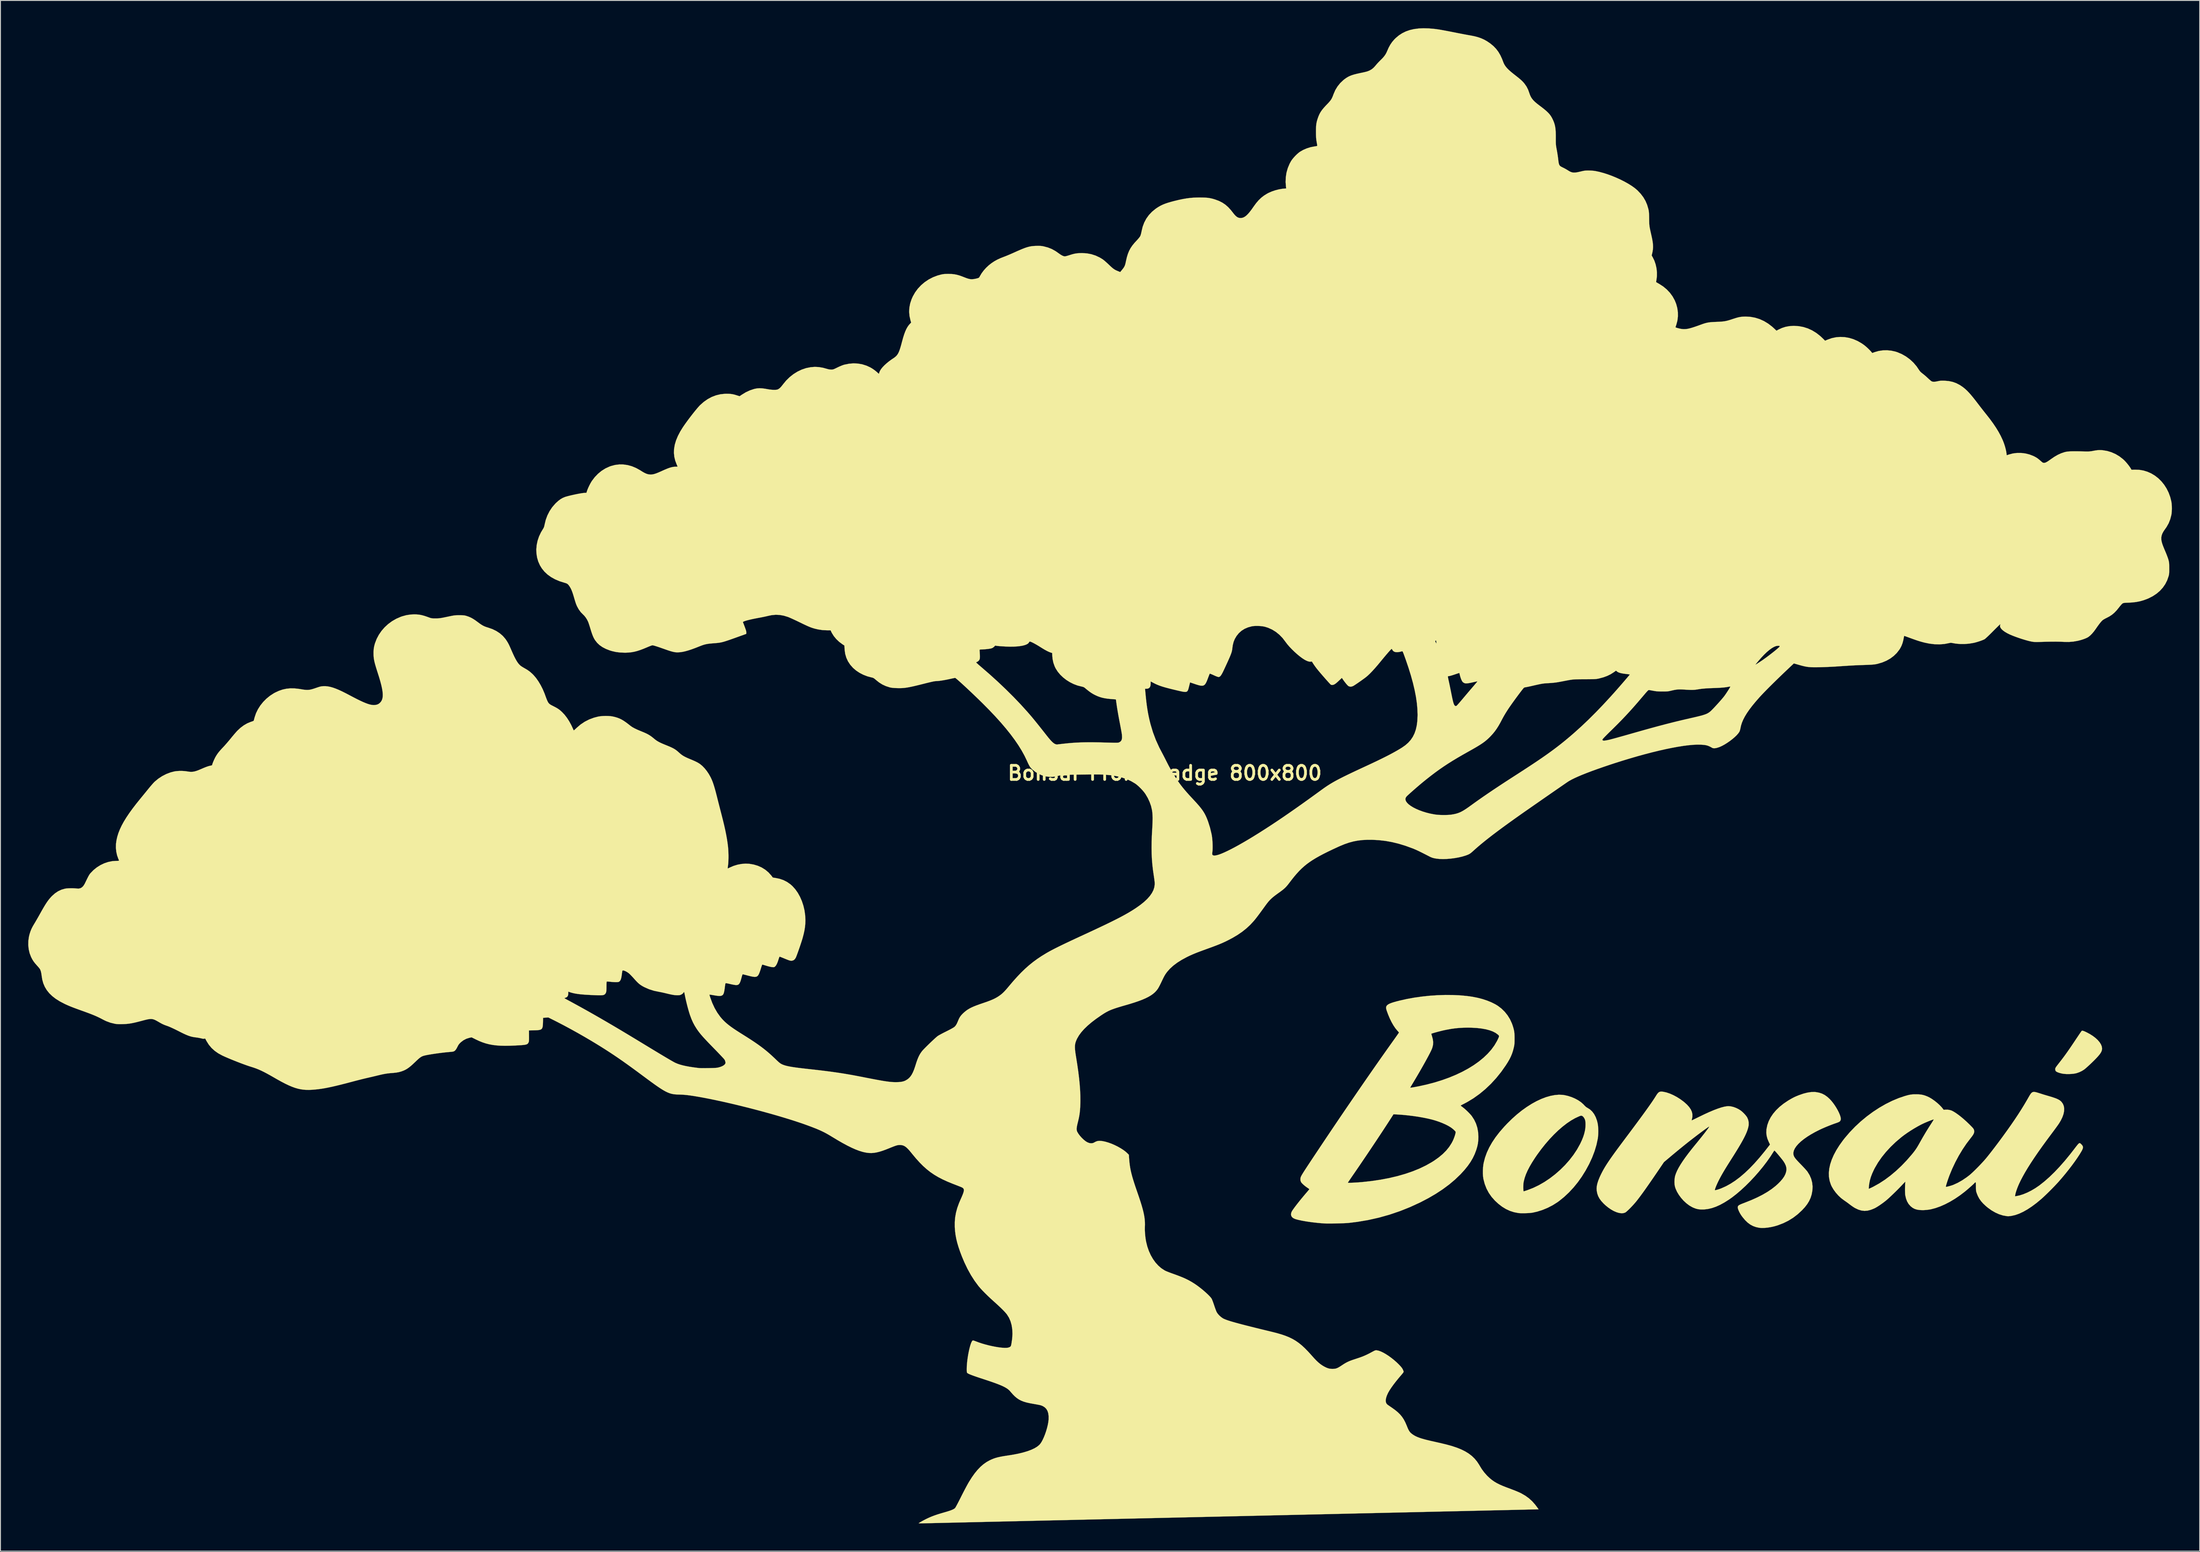
<source format=kicad_pcb>
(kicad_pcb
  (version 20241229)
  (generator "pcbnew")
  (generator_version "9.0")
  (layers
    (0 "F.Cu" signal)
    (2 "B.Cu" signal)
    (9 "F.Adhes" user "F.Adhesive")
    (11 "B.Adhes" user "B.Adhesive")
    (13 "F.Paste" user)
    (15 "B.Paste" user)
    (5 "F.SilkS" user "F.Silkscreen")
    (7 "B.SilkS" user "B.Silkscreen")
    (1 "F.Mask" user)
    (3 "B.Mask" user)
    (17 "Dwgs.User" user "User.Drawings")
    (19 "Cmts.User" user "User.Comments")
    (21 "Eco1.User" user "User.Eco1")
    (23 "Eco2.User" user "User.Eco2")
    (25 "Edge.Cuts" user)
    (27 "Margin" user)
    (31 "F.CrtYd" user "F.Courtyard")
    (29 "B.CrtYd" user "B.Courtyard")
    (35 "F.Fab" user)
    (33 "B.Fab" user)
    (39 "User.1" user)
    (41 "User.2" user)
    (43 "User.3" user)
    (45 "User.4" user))
  (footprint "Bonsai Front Badge 800x800"
    (layer "F.Cu")
    (at 122.809 80.511)
    (property "Reference" "Bonsai Front Badge 800x800" (at 0 0 0) (layer "F.SilkS") (effects (font (size 1.524 1.524) (thickness 0.3))))
    (attr through_hole)
    (fp_poly (pts (xy 99.18 27.851) (xy 99.267 27.875) (xy 99.389 27.923) (xy 99.554 28) (xy 99.598 28.021) (xy 99.958 28.212) (xy 100.282 28.418) (xy 100.567 28.635) (xy 100.809 28.86) (xy 101.005 29.089) (xy 101.151 29.317) (xy 101.243 29.541) (xy 101.278 29.757) (xy 101.275 29.844) (xy 101.25 29.981) (xy 101.199 30.12) (xy 101.115 30.269) (xy 100.995 30.435) (xy 100.832 30.627) (xy 100.727 30.743) (xy 100.572 30.906) (xy 100.394 31.086) (xy 100.202 31.274) (xy 100.005 31.462) (xy 99.813 31.64) (xy 99.635 31.801) (xy 99.48 31.936) (xy 99.356 32.036) (xy 99.329 32.056) (xy 99.095 32.201) (xy 98.825 32.33) (xy 98.545 32.43) (xy 98.473 32.45) (xy 98.248 32.494) (xy 97.983 32.522) (xy 97.697 32.535) (xy 97.411 32.532) (xy 97.146 32.512) (xy 96.935 32.479) (xy 96.686 32.416) (xy 96.488 32.348) (xy 96.345 32.276) (xy 96.276 32.22) (xy 96.231 32.127) (xy 96.218 32.019) (xy 96.219 31.971) (xy 96.224 31.928) (xy 96.239 31.883) (xy 96.267 31.829) (xy 96.313 31.758) (xy 96.382 31.663) (xy 96.478 31.537) (xy 96.605 31.374) (xy 96.71 31.24) (xy 96.917 30.973) (xy 97.119 30.706) (xy 97.323 30.428) (xy 97.533 30.133) (xy 97.757 29.811) (xy 98.001 29.454) (xy 98.269 29.054) (xy 98.355 28.924) (xy 98.508 28.695) (xy 98.651 28.483) (xy 98.779 28.292) (xy 98.889 28.13) (xy 98.978 28.002) (xy 99.04 27.914) (xy 99.072 27.872) (xy 99.074 27.869) (xy 99.119 27.85) (xy 99.18 27.851)) (stroke (width 0.01) (type solid)) (fill yes) (layer "F.SilkS"))
    (fp_poly (pts (xy 42.987 34.784) (xy 43.171 34.81) (xy 43.568 34.9) (xy 43.956 35.026) (xy 44.325 35.184) (xy 44.667 35.369) (xy 44.97 35.576) (xy 45.226 35.8) (xy 45.34 35.925) (xy 45.524 36.1) (xy 45.676 36.194) (xy 45.947 36.364) (xy 46.186 36.589) (xy 46.392 36.864) (xy 46.563 37.189) (xy 46.698 37.56) (xy 46.77 37.846) (xy 46.81 38.1) (xy 46.835 38.395) (xy 46.844 38.711) (xy 46.836 39.029) (xy 46.813 39.328) (xy 46.788 39.513) (xy 46.644 40.188) (xy 46.439 40.874) (xy 46.174 41.566) (xy 45.852 42.263) (xy 45.473 42.961) (xy 45.064 43.618) (xy 44.636 44.221) (xy 44.171 44.793) (xy 43.676 45.325) (xy 43.158 45.812) (xy 42.624 46.245) (xy 42.418 46.394) (xy 41.916 46.711) (xy 41.377 46.989) (xy 40.813 47.223) (xy 40.239 47.405) (xy 39.745 47.517) (xy 39.59 47.538) (xy 39.389 47.556) (xy 39.161 47.569) (xy 38.92 47.577) (xy 38.684 47.58) (xy 38.469 47.577) (xy 38.291 47.567) (xy 38.211 47.559) (xy 37.741 47.468) (xy 37.294 47.324) (xy 36.865 47.126) (xy 36.45 46.872) (xy 36.043 46.559) (xy 35.671 46.213) (xy 35.315 45.813) (xy 35.013 45.381) (xy 34.766 44.917) (xy 34.694 44.731) (xy 38.735 44.731) (xy 38.736 44.888) (xy 38.743 45.026) (xy 38.755 45.134) (xy 38.772 45.199) (xy 38.787 45.212) (xy 38.82 45.203) (xy 38.902 45.177) (xy 39.02 45.138) (xy 39.162 45.091) (xy 39.179 45.085) (xy 39.798 44.847) (xy 40.414 44.551) (xy 41.022 44.202) (xy 41.615 43.805) (xy 42.187 43.364) (xy 42.734 42.885) (xy 43.249 42.374) (xy 43.726 41.834) (xy 44.16 41.272) (xy 44.545 40.692) (xy 44.875 40.099) (xy 44.89 40.069) (xy 45.071 39.683) (xy 45.213 39.328) (xy 45.322 38.989) (xy 45.402 38.652) (xy 45.406 38.632) (xy 45.44 38.407) (xy 45.46 38.171) (xy 45.465 37.939) (xy 45.455 37.728) (xy 45.431 37.557) (xy 45.419 37.508) (xy 45.354 37.347) (xy 45.265 37.206) (xy 45.163 37.1) (xy 45.089 37.054) (xy 45.031 37.035) (xy 44.973 37.034) (xy 44.897 37.053) (xy 44.782 37.096) (xy 44.776 37.099) (xy 44.345 37.297) (xy 43.898 37.552) (xy 43.441 37.861) (xy 42.977 38.222) (xy 42.508 38.629) (xy 42.039 39.081) (xy 41.574 39.573) (xy 41.115 40.103) (xy 40.667 40.666) (xy 40.232 41.26) (xy 40.006 41.59) (xy 39.69 42.082) (xy 39.422 42.54) (xy 39.201 42.967) (xy 39.024 43.369) (xy 38.89 43.75) (xy 38.796 44.113) (xy 38.767 44.27) (xy 38.75 44.41) (xy 38.739 44.567) (xy 38.735 44.731) (xy 34.694 44.731) (xy 34.573 44.421) (xy 34.434 43.89) (xy 34.428 43.861) (xy 34.39 43.597) (xy 34.371 43.291) (xy 34.371 42.962) (xy 34.389 42.632) (xy 34.426 42.317) (xy 34.459 42.132) (xy 34.601 41.579) (xy 34.799 41.028) (xy 35.054 40.478) (xy 35.366 39.927) (xy 35.737 39.372) (xy 36.168 38.813) (xy 36.659 38.247) (xy 37.002 37.884) (xy 37.533 37.362) (xy 38.056 36.895) (xy 38.58 36.474) (xy 39.113 36.093) (xy 39.663 35.745) (xy 40.179 35.461) (xy 40.689 35.224) (xy 41.187 35.035) (xy 41.669 34.896) (xy 42.133 34.807) (xy 42.574 34.769) (xy 42.987 34.784)) (stroke (width 0.01) (type solid)) (fill yes) (layer "F.SilkS"))
    (fp_poly (pts (xy 31.12 23.991) (xy 31.905 24.028) (xy 32.652 24.097) (xy 33.242 24.18) (xy 33.799 24.29) (xy 34.334 24.43) (xy 34.839 24.597) (xy 35.306 24.788) (xy 35.725 25) (xy 35.991 25.162) (xy 36.38 25.459) (xy 36.731 25.803) (xy 37.039 26.189) (xy 37.299 26.609) (xy 37.506 27.059) (xy 37.573 27.243) (xy 37.65 27.485) (xy 37.708 27.695) (xy 37.749 27.89) (xy 37.775 28.087) (xy 37.79 28.304) (xy 37.796 28.557) (xy 37.796 28.718) (xy 37.795 28.94) (xy 37.791 29.113) (xy 37.783 29.254) (xy 37.77 29.376) (xy 37.751 29.496) (xy 37.723 29.628) (xy 37.706 29.702) (xy 37.622 30.027) (xy 37.522 30.329) (xy 37.402 30.622) (xy 37.255 30.92) (xy 37.074 31.236) (xy 36.858 31.577) (xy 36.358 32.289) (xy 35.82 32.958) (xy 35.249 33.581) (xy 34.646 34.156) (xy 34.014 34.679) (xy 33.358 35.148) (xy 32.679 35.561) (xy 32.25 35.786) (xy 32.132 35.846) (xy 32.039 35.897) (xy 31.983 35.932) (xy 31.972 35.942) (xy 31.996 35.968) (xy 32.06 36.021) (xy 32.151 36.091) (xy 32.187 36.117) (xy 32.342 36.239) (xy 32.518 36.393) (xy 32.701 36.565) (xy 32.879 36.743) (xy 33.036 36.911) (xy 33.158 37.057) (xy 33.178 37.083) (xy 33.431 37.474) (xy 33.628 37.887) (xy 33.769 38.325) (xy 33.854 38.791) (xy 33.886 39.29) (xy 33.886 39.338) (xy 33.874 39.701) (xy 33.836 40.035) (xy 33.766 40.367) (xy 33.662 40.721) (xy 33.652 40.751) (xy 33.484 41.194) (xy 33.279 41.622) (xy 33.033 42.041) (xy 32.741 42.459) (xy 32.399 42.883) (xy 32.002 43.319) (xy 31.941 43.383) (xy 31.363 43.938) (xy 30.728 44.472) (xy 30.035 44.986) (xy 29.284 45.479) (xy 28.473 45.952) (xy 27.607 46.404) (xy 26.519 46.906) (xy 25.411 47.348) (xy 24.284 47.731) (xy 23.139 48.053) (xy 21.98 48.313) (xy 20.809 48.512) (xy 19.875 48.626) (xy 19.72 48.638) (xy 19.515 48.65) (xy 19.271 48.661) (xy 19.001 48.671) (xy 18.714 48.679) (xy 18.422 48.686) (xy 18.138 48.691) (xy 17.871 48.693) (xy 17.633 48.693) (xy 17.436 48.691) (xy 17.291 48.685) (xy 17.288 48.685) (xy 16.854 48.653) (xy 16.419 48.612) (xy 15.989 48.563) (xy 15.575 48.508) (xy 15.184 48.447) (xy 14.825 48.383) (xy 14.506 48.315) (xy 14.236 48.247) (xy 14.067 48.194) (xy 13.875 48.102) (xy 13.738 47.983) (xy 13.659 47.839) (xy 13.638 47.675) (xy 13.678 47.492) (xy 13.719 47.398) (xy 13.778 47.297) (xy 13.875 47.154) (xy 14.003 46.976) (xy 14.159 46.769) (xy 14.336 46.539) (xy 14.531 46.293) (xy 14.738 46.037) (xy 14.953 45.777) (xy 15.17 45.519) (xy 15.247 45.429) (xy 15.367 45.289) (xy 15.471 45.166) (xy 15.552 45.069) (xy 15.604 45.003) (xy 15.621 44.979) (xy 15.596 44.956) (xy 15.53 44.906) (xy 15.433 44.838) (xy 15.359 44.788) (xy 15.192 44.667) (xy 15.033 44.537) (xy 14.893 44.408) (xy 14.783 44.291) (xy 14.775 44.279) (xy 19.78 44.279) (xy 19.81 44.286) (xy 19.895 44.289) (xy 20.025 44.288) (xy 20.192 44.282) (xy 20.388 44.274) (xy 20.602 44.262) (xy 20.826 44.249) (xy 21.052 44.232) (xy 21.271 44.215) (xy 21.312 44.211) (xy 22.326 44.1) (xy 23.301 43.956) (xy 24.234 43.779) (xy 25.124 43.57) (xy 25.968 43.329) (xy 26.764 43.057) (xy 27.511 42.755) (xy 28.206 42.422) (xy 28.847 42.06) (xy 29.116 41.89) (xy 29.608 41.539) (xy 30.04 41.177) (xy 30.413 40.802) (xy 30.73 40.411) (xy 30.993 40.001) (xy 31.116 39.768) (xy 31.199 39.583) (xy 31.276 39.386) (xy 31.343 39.193) (xy 31.394 39.017) (xy 31.425 38.874) (xy 31.433 38.797) (xy 31.408 38.744) (xy 31.341 38.665) (xy 31.242 38.567) (xy 31.121 38.461) (xy 30.986 38.356) (xy 30.898 38.293) (xy 30.639 38.137) (xy 30.33 37.979) (xy 29.981 37.825) (xy 29.604 37.681) (xy 29.212 37.551) (xy 28.907 37.463) (xy 28.454 37.353) (xy 27.952 37.25) (xy 27.414 37.155) (xy 26.855 37.072) (xy 26.288 37.002) (xy 25.727 36.946) (xy 25.187 36.908) (xy 25.124 36.905) (xy 24.714 36.884) (xy 24.4 37.373) (xy 24.145 37.768) (xy 23.859 38.207) (xy 23.548 38.683) (xy 23.215 39.186) (xy 22.868 39.711) (xy 22.51 40.247) (xy 22.148 40.789) (xy 21.786 41.327) (xy 21.43 41.853) (xy 21.086 42.361) (xy 20.757 42.842) (xy 20.451 43.288) (xy 20.378 43.393) (xy 20.235 43.601) (xy 20.104 43.792) (xy 19.99 43.96) (xy 19.896 44.099) (xy 19.828 44.202) (xy 19.788 44.264) (xy 19.78 44.279) (xy 14.775 44.279) (xy 14.716 44.195) (xy 14.716 44.195) (xy 14.656 44.016) (xy 14.656 43.823) (xy 14.68 43.713) (xy 14.693 43.673) (xy 14.711 43.627) (xy 14.736 43.574) (xy 14.77 43.509) (xy 14.814 43.43) (xy 14.871 43.334) (xy 14.942 43.218) (xy 15.03 43.078) (xy 15.136 42.913) (xy 15.263 42.718) (xy 15.412 42.49) (xy 15.585 42.228) (xy 15.784 41.927) (xy 16.01 41.586) (xy 16.267 41.2) (xy 16.556 40.767) (xy 16.831 40.354) (xy 17.491 39.367) (xy 18.161 38.37) (xy 18.837 37.369) (xy 19.515 36.371) (xy 20.192 35.38) (xy 20.862 34.402) (xy 21.13 34.013) (xy 26.51 34.013) (xy 26.687 33.992) (xy 26.777 33.979) (xy 26.915 33.956) (xy 27.086 33.925) (xy 27.277 33.889) (xy 27.426 33.86) (xy 28.299 33.668) (xy 29.141 33.447) (xy 29.948 33.197) (xy 30.718 32.921) (xy 31.45 32.618) (xy 32.14 32.292) (xy 32.786 31.942) (xy 33.387 31.571) (xy 33.939 31.179) (xy 34.441 30.768) (xy 34.89 30.34) (xy 35.284 29.896) (xy 35.621 29.436) (xy 35.899 28.963) (xy 35.957 28.845) (xy 36.036 28.68) (xy 36.087 28.561) (xy 36.112 28.475) (xy 36.112 28.412) (xy 36.085 28.359) (xy 36.035 28.305) (xy 35.983 28.259) (xy 35.742 28.083) (xy 35.444 27.93) (xy 35.092 27.801) (xy 34.687 27.695) (xy 34.232 27.613) (xy 33.73 27.556) (xy 33.184 27.525) (xy 32.75 27.518) (xy 32.265 27.526) (xy 31.815 27.55) (xy 31.379 27.592) (xy 30.937 27.654) (xy 30.469 27.739) (xy 30.178 27.799) (xy 30.022 27.834) (xy 29.843 27.878) (xy 29.651 27.927) (xy 29.456 27.978) (xy 29.269 28.03) (xy 29.1 28.078) (xy 28.96 28.12) (xy 28.858 28.154) (xy 28.806 28.176) (xy 28.802 28.178) (xy 28.806 28.212) (xy 28.827 28.29) (xy 28.86 28.399) (xy 28.873 28.438) (xy 28.963 28.777) (xy 29 29.091) (xy 28.983 29.39) (xy 28.912 29.684) (xy 28.847 29.853) (xy 28.764 30.033) (xy 28.651 30.262) (xy 28.509 30.534) (xy 28.343 30.844) (xy 28.155 31.187) (xy 27.948 31.558) (xy 27.725 31.951) (xy 27.489 32.362) (xy 27.242 32.784) (xy 26.988 33.213) (xy 26.935 33.302) (xy 26.51 34.013) (xy 21.13 34.013) (xy 21.522 33.443) (xy 22.169 32.51) (xy 22.798 31.606) (xy 23.406 30.739) (xy 23.988 29.914) (xy 24.541 29.136) (xy 24.596 29.059) (xy 24.754 28.838) (xy 24.9 28.633) (xy 25.029 28.449) (xy 25.138 28.294) (xy 25.223 28.171) (xy 25.28 28.088) (xy 25.304 28.049) (xy 25.305 28.048) (xy 25.284 28.017) (xy 25.23 27.952) (xy 25.153 27.865) (xy 25.121 27.831) (xy 24.914 27.58) (xy 24.707 27.273) (xy 24.504 26.917) (xy 24.31 26.52) (xy 24.129 26.089) (xy 23.974 25.663) (xy 23.932 25.514) (xy 23.913 25.384) (xy 23.923 25.27) (xy 23.966 25.168) (xy 24.045 25.077) (xy 24.164 24.992) (xy 24.327 24.911) (xy 24.538 24.831) (xy 24.801 24.748) (xy 25.12 24.661) (xy 25.384 24.594) (xy 26.164 24.419) (xy 26.973 24.273) (xy 27.801 24.156) (xy 28.639 24.068) (xy 29.478 24.012) (xy 30.308 23.986) (xy 31.12 23.991)) (stroke (width 0.01) (type solid)) (fill yes) (layer "F.SilkS"))
    (fp_poly (pts (xy 53.772 34.437) (xy 53.871 34.45) (xy 54.209 34.524) (xy 54.572 34.647) (xy 54.948 34.812) (xy 55.327 35.014) (xy 55.699 35.248) (xy 56.053 35.51) (xy 56.14 35.581) (xy 56.435 35.848) (xy 56.668 36.109) (xy 56.841 36.365) (xy 56.955 36.62) (xy 57.011 36.877) (xy 57.012 37.137) (xy 56.974 37.345) (xy 56.949 37.446) (xy 56.935 37.518) (xy 56.934 37.544) (xy 56.964 37.533) (xy 57.043 37.497) (xy 57.164 37.439) (xy 57.32 37.364) (xy 57.503 37.274) (xy 57.707 37.174) (xy 57.726 37.164) (xy 58.303 36.885) (xy 58.832 36.643) (xy 59.312 36.44) (xy 59.743 36.276) (xy 60.125 36.15) (xy 60.457 36.063) (xy 60.74 36.015) (xy 60.917 36.005) (xy 61.175 36.028) (xy 61.455 36.096) (xy 61.74 36.201) (xy 62.013 36.337) (xy 62.252 36.493) (xy 62.415 36.629) (xy 62.58 36.788) (xy 62.733 36.955) (xy 62.86 37.115) (xy 62.939 37.238) (xy 63.041 37.487) (xy 63.094 37.757) (xy 63.095 38.027) (xy 63.088 38.082) (xy 63.053 38.267) (xy 63.001 38.463) (xy 62.931 38.673) (xy 62.841 38.901) (xy 62.729 39.15) (xy 62.592 39.426) (xy 62.43 39.73) (xy 62.239 40.068) (xy 62.018 40.443) (xy 61.765 40.858) (xy 61.479 41.318) (xy 61.225 41.719) (xy 60.976 42.112) (xy 60.758 42.459) (xy 60.569 42.767) (xy 60.402 43.044) (xy 60.255 43.297) (xy 60.122 43.532) (xy 60 43.757) (xy 59.885 43.978) (xy 59.879 43.99) (xy 59.77 44.211) (xy 59.67 44.427) (xy 59.583 44.628) (xy 59.513 44.805) (xy 59.464 44.948) (xy 59.438 45.048) (xy 59.436 45.075) (xy 59.464 45.086) (xy 59.541 45.077) (xy 59.657 45.049) (xy 59.804 45.006) (xy 59.97 44.95) (xy 60.135 44.888) (xy 60.633 44.665) (xy 61.134 44.389) (xy 61.639 44.06) (xy 62.149 43.676) (xy 62.665 43.235) (xy 63.189 42.738) (xy 63.722 42.182) (xy 64.265 41.567) (xy 64.82 40.892) (xy 65.016 40.642) (xy 65.397 40.152) (xy 65.259 39.864) (xy 65.119 39.526) (xy 65.033 39.201) (xy 64.999 38.875) (xy 65.014 38.533) (xy 65.022 38.465) (xy 65.11 38.041) (xy 65.259 37.625) (xy 65.467 37.218) (xy 65.734 36.823) (xy 66.056 36.443) (xy 66.433 36.08) (xy 66.861 35.736) (xy 67.34 35.413) (xy 67.422 35.363) (xy 67.666 35.22) (xy 67.877 35.104) (xy 68.075 35.006) (xy 68.279 34.915) (xy 68.509 34.823) (xy 68.531 34.815) (xy 69.004 34.651) (xy 69.441 34.54) (xy 69.841 34.48) (xy 70.204 34.471) (xy 70.336 34.482) (xy 70.692 34.544) (xy 71.013 34.649) (xy 71.312 34.801) (xy 71.599 35.007) (xy 71.851 35.239) (xy 72.036 35.441) (xy 72.218 35.668) (xy 72.393 35.913) (xy 72.555 36.167) (xy 72.702 36.423) (xy 72.829 36.672) (xy 72.93 36.906) (xy 73.003 37.117) (xy 73.043 37.298) (xy 73.044 37.44) (xy 73.043 37.45) (xy 73.013 37.551) (xy 72.96 37.632) (xy 72.874 37.698) (xy 72.744 37.76) (xy 72.588 37.815) (xy 72.318 37.909) (xy 72.011 38.024) (xy 71.685 38.152) (xy 71.36 38.286) (xy 71.054 38.419) (xy 70.787 38.542) (xy 70.291 38.792) (xy 69.836 39.047) (xy 69.424 39.304) (xy 69.056 39.563) (xy 68.737 39.821) (xy 68.466 40.076) (xy 68.248 40.325) (xy 68.083 40.568) (xy 67.974 40.802) (xy 67.922 41.024) (xy 67.924 41.183) (xy 67.941 41.283) (xy 67.97 41.38) (xy 68.017 41.479) (xy 68.086 41.587) (xy 68.181 41.711) (xy 68.308 41.858) (xy 68.472 42.034) (xy 68.676 42.245) (xy 68.704 42.274) (xy 68.872 42.447) (xy 69.033 42.618) (xy 69.179 42.776) (xy 69.303 42.915) (xy 69.396 43.024) (xy 69.443 43.085) (xy 69.674 43.461) (xy 69.843 43.852) (xy 69.95 44.257) (xy 69.996 44.674) (xy 69.979 45.103) (xy 69.899 45.541) (xy 69.897 45.549) (xy 69.783 45.912) (xy 69.625 46.258) (xy 69.419 46.594) (xy 69.161 46.928) (xy 68.851 47.262) (xy 68.386 47.691) (xy 67.901 48.062) (xy 67.389 48.38) (xy 66.843 48.65) (xy 66.254 48.877) (xy 66.197 48.896) (xy 65.853 48.997) (xy 65.497 49.076) (xy 65.143 49.133) (xy 64.804 49.165) (xy 64.494 49.171) (xy 64.226 49.15) (xy 64.214 49.148) (xy 63.868 49.072) (xy 63.548 48.955) (xy 63.25 48.792) (xy 62.968 48.58) (xy 62.695 48.314) (xy 62.426 47.991) (xy 62.315 47.84) (xy 62.206 47.674) (xy 62.105 47.495) (xy 62.02 47.317) (xy 61.955 47.155) (xy 61.919 47.022) (xy 61.913 46.963) (xy 61.917 46.889) (xy 61.935 46.825) (xy 61.974 46.769) (xy 62.04 46.714) (xy 62.14 46.657) (xy 62.281 46.593) (xy 62.47 46.517) (xy 62.675 46.439) (xy 63.37 46.162) (xy 64.004 45.878) (xy 64.581 45.586) (xy 65.102 45.283) (xy 65.57 44.97) (xy 65.988 44.643) (xy 66.254 44.404) (xy 66.53 44.125) (xy 66.752 43.864) (xy 66.924 43.616) (xy 67.05 43.373) (xy 67.134 43.13) (xy 67.138 43.117) (xy 67.175 42.884) (xy 67.164 42.656) (xy 67.102 42.424) (xy 66.988 42.179) (xy 66.863 41.977) (xy 66.8 41.889) (xy 66.711 41.772) (xy 66.601 41.635) (xy 66.48 41.486) (xy 66.353 41.333) (xy 66.228 41.185) (xy 66.112 41.05) (xy 66.011 40.937) (xy 65.934 40.854) (xy 65.887 40.81) (xy 65.88 40.805) (xy 65.851 40.824) (xy 65.806 40.882) (xy 65.784 40.916) (xy 65.443 41.45) (xy 65.06 41.995) (xy 64.642 42.543) (xy 64.195 43.087) (xy 63.726 43.621) (xy 63.242 44.136) (xy 62.749 44.627) (xy 62.254 45.085) (xy 61.765 45.503) (xy 61.286 45.875) (xy 60.948 46.112) (xy 60.463 46.418) (xy 60.004 46.669) (xy 59.565 46.868) (xy 59.142 47.015) (xy 58.73 47.114) (xy 58.325 47.166) (xy 58.212 47.172) (xy 57.911 47.173) (xy 57.647 47.146) (xy 57.4 47.088) (xy 57.146 46.993) (xy 56.975 46.913) (xy 56.66 46.729) (xy 56.352 46.494) (xy 56.058 46.221) (xy 55.788 45.917) (xy 55.549 45.593) (xy 55.349 45.259) (xy 55.198 44.924) (xy 55.127 44.704) (xy 55.086 44.477) (xy 55.071 44.215) (xy 55.081 43.941) (xy 55.115 43.679) (xy 55.149 43.529) (xy 55.238 43.265) (xy 55.362 42.977) (xy 55.525 42.662) (xy 55.727 42.32) (xy 55.97 41.946) (xy 56.255 41.54) (xy 56.584 41.099) (xy 56.958 40.62) (xy 57.341 40.148) (xy 57.589 39.845) (xy 57.823 39.555) (xy 58.04 39.284) (xy 58.238 39.034) (xy 58.412 38.81) (xy 58.56 38.615) (xy 58.679 38.454) (xy 58.767 38.33) (xy 58.819 38.248) (xy 58.833 38.214) (xy 58.809 38.218) (xy 58.739 38.259) (xy 58.629 38.332) (xy 58.483 38.434) (xy 58.306 38.561) (xy 58.103 38.71) (xy 57.877 38.878) (xy 57.634 39.06) (xy 57.379 39.254) (xy 57.116 39.456) (xy 56.849 39.663) (xy 56.584 39.87) (xy 56.325 40.076) (xy 56.21 40.168) (xy 55.967 40.364) (xy 55.693 40.587) (xy 55.406 40.823) (xy 55.121 41.058) (xy 54.857 41.278) (xy 54.691 41.418) (xy 53.937 42.053) (xy 53.443 42.783) (xy 53.073 43.327) (xy 52.735 43.821) (xy 52.426 44.268) (xy 52.145 44.671) (xy 51.89 45.034) (xy 51.657 45.359) (xy 51.444 45.649) (xy 51.25 45.909) (xy 51.072 46.141) (xy 51 46.233) (xy 50.853 46.412) (xy 50.69 46.599) (xy 50.518 46.788) (xy 50.345 46.97) (xy 50.178 47.138) (xy 50.024 47.284) (xy 49.892 47.402) (xy 49.787 47.483) (xy 49.736 47.513) (xy 49.541 47.571) (xy 49.314 47.58) (xy 49.062 47.542) (xy 48.791 47.459) (xy 48.506 47.334) (xy 48.214 47.169) (xy 47.919 46.966) (xy 47.628 46.729) (xy 47.416 46.53) (xy 47.168 46.261) (xy 46.975 45.998) (xy 46.832 45.733) (xy 46.734 45.453) (xy 46.675 45.15) (xy 46.673 45.138) (xy 46.661 44.893) (xy 46.685 44.632) (xy 46.747 44.346) (xy 46.848 44.032) (xy 46.991 43.681) (xy 47.098 43.45) (xy 47.197 43.25) (xy 47.3 43.051) (xy 47.41 42.85) (xy 47.53 42.643) (xy 47.663 42.425) (xy 47.812 42.193) (xy 47.979 41.942) (xy 48.167 41.668) (xy 48.378 41.368) (xy 48.616 41.037) (xy 48.883 40.671) (xy 49.183 40.266) (xy 49.517 39.818) (xy 49.769 39.481) (xy 50.245 38.846) (xy 50.682 38.259) (xy 51.082 37.72) (xy 51.445 37.227) (xy 51.772 36.78) (xy 52.063 36.376) (xy 52.32 36.015) (xy 52.544 35.695) (xy 52.735 35.416) (xy 52.894 35.176) (xy 53.022 34.975) (xy 53.053 34.925) (xy 53.174 34.734) (xy 53.281 34.596) (xy 53.383 34.503) (xy 53.492 34.449) (xy 53.618 34.429) (xy 53.772 34.437)) (stroke (width 0.01) (type solid)) (fill yes) (layer "F.SilkS"))
    (fp_poly (pts (xy 94.028 34.473) (xy 94.206 34.514) (xy 94.43 34.582) (xy 94.491 34.601) (xy 94.693 34.666) (xy 94.907 34.734) (xy 95.113 34.797) (xy 95.287 34.848) (xy 95.329 34.861) (xy 95.669 34.96) (xy 95.953 35.048) (xy 96.189 35.129) (xy 96.383 35.205) (xy 96.541 35.279) (xy 96.672 35.355) (xy 96.78 35.434) (xy 96.874 35.521) (xy 96.899 35.548) (xy 97.048 35.757) (xy 97.143 35.996) (xy 97.184 36.263) (xy 97.172 36.554) (xy 97.107 36.868) (xy 96.989 37.202) (xy 96.818 37.554) (xy 96.629 37.869) (xy 96.563 37.966) (xy 96.466 38.104) (xy 96.344 38.274) (xy 96.202 38.468) (xy 96.049 38.676) (xy 95.89 38.889) (xy 95.839 38.957) (xy 95.306 39.673) (xy 94.816 40.346) (xy 94.368 40.978) (xy 93.961 41.572) (xy 93.593 42.129) (xy 93.262 42.652) (xy 92.968 43.142) (xy 92.709 43.603) (xy 92.483 44.035) (xy 92.312 44.392) (xy 92.206 44.636) (xy 92.108 44.882) (xy 92.024 45.118) (xy 91.957 45.331) (xy 91.912 45.507) (xy 91.898 45.587) (xy 91.877 45.749) (xy 92 45.73) (xy 92.378 45.649) (xy 92.783 45.519) (xy 93.204 45.344) (xy 93.633 45.128) (xy 94.06 44.876) (xy 94.478 44.591) (xy 94.523 44.558) (xy 95.052 44.139) (xy 95.594 43.661) (xy 96.146 43.125) (xy 96.705 42.533) (xy 97.271 41.888) (xy 97.841 41.192) (xy 98.182 40.753) (xy 98.355 40.527) (xy 98.494 40.347) (xy 98.604 40.209) (xy 98.69 40.109) (xy 98.758 40.043) (xy 98.811 40.007) (xy 98.856 39.997) (xy 98.897 40.008) (xy 98.94 40.038) (xy 98.988 40.081) (xy 98.998 40.089) (xy 99.118 40.212) (xy 99.19 40.327) (xy 99.216 40.445) (xy 99.196 40.579) (xy 99.131 40.739) (xy 99.056 40.879) (xy 98.854 41.214) (xy 98.612 41.583) (xy 98.335 41.981) (xy 98.03 42.398) (xy 97.702 42.826) (xy 97.357 43.259) (xy 97.001 43.688) (xy 96.641 44.105) (xy 96.503 44.26) (xy 96.328 44.449) (xy 96.122 44.666) (xy 95.894 44.9) (xy 95.655 45.141) (xy 95.414 45.379) (xy 95.18 45.606) (xy 94.965 45.81) (xy 94.777 45.982) (xy 94.694 46.055) (xy 94.183 46.479) (xy 93.687 46.849) (xy 93.208 47.165) (xy 92.746 47.425) (xy 92.304 47.63) (xy 91.882 47.777) (xy 91.483 47.866) (xy 91.401 47.878) (xy 91.276 47.893) (xy 91.175 47.902) (xy 91.115 47.906) (xy 91.107 47.906) (xy 91.056 47.899) (xy 90.973 47.89) (xy 90.964 47.889) (xy 90.564 47.818) (xy 90.155 47.689) (xy 89.743 47.504) (xy 89.333 47.267) (xy 88.933 46.98) (xy 88.717 46.8) (xy 88.43 46.53) (xy 88.196 46.265) (xy 88.006 45.994) (xy 87.852 45.705) (xy 87.744 45.437) (xy 87.707 45.328) (xy 87.68 45.236) (xy 87.663 45.146) (xy 87.653 45.043) (xy 87.648 44.912) (xy 87.647 44.736) (xy 87.647 44.683) (xy 87.646 44.489) (xy 87.642 44.353) (xy 87.632 44.269) (xy 87.611 44.234) (xy 87.577 44.24) (xy 87.525 44.283) (xy 87.453 44.357) (xy 87.439 44.371) (xy 87.36 44.45) (xy 87.242 44.559) (xy 87.096 44.69) (xy 86.933 44.834) (xy 86.764 44.98) (xy 86.598 45.12) (xy 86.448 45.244) (xy 86.424 45.264) (xy 85.906 45.658) (xy 85.379 46.015) (xy 84.848 46.333) (xy 84.319 46.608) (xy 83.799 46.837) (xy 83.294 47.017) (xy 82.809 47.146) (xy 82.621 47.182) (xy 82.323 47.221) (xy 82.008 47.242) (xy 81.871 47.244) (xy 81.545 47.23) (xy 81.267 47.186) (xy 81.025 47.109) (xy 80.81 46.994) (xy 80.61 46.839) (xy 80.569 46.8) (xy 80.37 46.572) (xy 80.213 46.305) (xy 80.095 45.995) (xy 80.013 45.637) (xy 80.008 45.611) (xy 79.997 45.503) (xy 79.99 45.351) (xy 79.986 45.168) (xy 79.985 44.968) (xy 79.988 44.764) (xy 79.994 44.571) (xy 80.003 44.402) (xy 80.014 44.271) (xy 80.026 44.196) (xy 80.021 44.177) (xy 79.981 44.203) (xy 79.905 44.276) (xy 79.791 44.397) (xy 79.786 44.402) (xy 79.611 44.589) (xy 79.411 44.797) (xy 79.192 45.019) (xy 78.964 45.246) (xy 78.734 45.47) (xy 78.513 45.682) (xy 78.307 45.875) (xy 78.125 46.04) (xy 77.977 46.169) (xy 77.946 46.195) (xy 77.719 46.374) (xy 77.478 46.551) (xy 77.238 46.718) (xy 77.011 46.865) (xy 76.812 46.983) (xy 76.731 47.026) (xy 76.615 47.079) (xy 76.465 47.141) (xy 76.307 47.201) (xy 76.255 47.219) (xy 75.928 47.302) (xy 75.604 47.324) (xy 75.277 47.286) (xy 74.945 47.187) (xy 74.603 47.027) (xy 74.563 47.005) (xy 74.428 46.922) (xy 74.268 46.814) (xy 74.106 46.698) (xy 74.007 46.623) (xy 73.846 46.5) (xy 73.661 46.365) (xy 73.479 46.237) (xy 73.39 46.177) (xy 73.081 45.944) (xy 72.783 45.665) (xy 72.508 45.354) (xy 72.266 45.024) (xy 72.213 44.934) (xy 76.063 44.934) (xy 76.14 44.91) (xy 76.196 44.887) (xy 76.296 44.842) (xy 76.425 44.78) (xy 76.57 44.707) (xy 76.587 44.698) (xy 77.197 44.359) (xy 77.809 43.961) (xy 78.417 43.507) (xy 79.018 43.002) (xy 79.607 42.449) (xy 80.179 41.852) (xy 80.73 41.216) (xy 80.85 41.069) (xy 80.998 40.88) (xy 81.127 40.702) (xy 81.249 40.519) (xy 81.373 40.316) (xy 81.511 40.076) (xy 81.55 40.005) (xy 81.9 39.386) (xy 82.238 38.813) (xy 82.574 38.271) (xy 82.792 37.933) (xy 82.892 37.777) (xy 82.977 37.641) (xy 83.042 37.533) (xy 83.081 37.461) (xy 83.09 37.433) (xy 83.089 37.433) (xy 83.042 37.445) (xy 82.947 37.477) (xy 82.816 37.525) (xy 82.662 37.585) (xy 82.493 37.651) (xy 82.324 37.721) (xy 82.163 37.789) (xy 82.078 37.826) (xy 81.741 37.987) (xy 81.373 38.184) (xy 80.988 38.406) (xy 80.6 38.646) (xy 80.224 38.894) (xy 79.874 39.142) (xy 79.601 39.351) (xy 78.992 39.867) (xy 78.432 40.404) (xy 77.922 40.957) (xy 77.465 41.524) (xy 77.065 42.1) (xy 76.725 42.682) (xy 76.632 42.862) (xy 76.441 43.277) (xy 76.293 43.663) (xy 76.186 44.034) (xy 76.116 44.402) (xy 76.085 44.668) (xy 76.063 44.934) (xy 72.213 44.934) (xy 72.068 44.688) (xy 71.976 44.489) (xy 71.843 44.087) (xy 71.769 43.665) (xy 71.755 43.224) (xy 71.799 42.765) (xy 71.902 42.289) (xy 72.064 41.798) (xy 72.283 41.291) (xy 72.56 40.772) (xy 72.894 40.24) (xy 73.286 39.696) (xy 73.479 39.449) (xy 74.017 38.821) (xy 74.595 38.221) (xy 75.208 37.652) (xy 75.85 37.12) (xy 76.515 36.628) (xy 77.199 36.179) (xy 77.895 35.778) (xy 78.598 35.428) (xy 79.303 35.134) (xy 79.947 34.916) (xy 80.199 34.843) (xy 80.41 34.79) (xy 80.6 34.755) (xy 80.786 34.733) (xy 80.987 34.724) (xy 81.216 34.723) (xy 81.49 34.731) (xy 81.721 34.753) (xy 81.934 34.795) (xy 82.149 34.859) (xy 82.387 34.951) (xy 82.404 34.957) (xy 82.648 35.077) (xy 82.914 35.239) (xy 83.188 35.433) (xy 83.456 35.648) (xy 83.705 35.873) (xy 83.922 36.097) (xy 84.037 36.236) (xy 84.166 36.403) (xy 84.334 36.386) (xy 84.575 36.383) (xy 84.818 36.419) (xy 85.033 36.489) (xy 85.044 36.493) (xy 85.251 36.603) (xy 85.491 36.755) (xy 85.756 36.944) (xy 86.039 37.164) (xy 86.331 37.409) (xy 86.625 37.673) (xy 86.914 37.949) (xy 86.921 37.956) (xy 87.086 38.121) (xy 87.211 38.249) (xy 87.302 38.348) (xy 87.364 38.426) (xy 87.405 38.488) (xy 87.43 38.543) (xy 87.439 38.573) (xy 87.462 38.698) (xy 87.458 38.819) (xy 87.423 38.943) (xy 87.354 39.081) (xy 87.246 39.242) (xy 87.097 39.436) (xy 87.073 39.465) (xy 86.629 40.048) (xy 86.201 40.682) (xy 85.795 41.357) (xy 85.419 42.062) (xy 85.077 42.785) (xy 84.793 43.472) (xy 84.719 43.672) (xy 84.646 43.877) (xy 84.577 44.078) (xy 84.515 44.268) (xy 84.464 44.436) (xy 84.425 44.573) (xy 84.402 44.67) (xy 84.397 44.719) (xy 84.399 44.722) (xy 84.439 44.725) (xy 84.526 44.711) (xy 84.647 44.683) (xy 84.79 44.646) (xy 84.94 44.602) (xy 85.085 44.555) (xy 85.209 44.51) (xy 85.683 44.294) (xy 86.167 44.02) (xy 86.653 43.69) (xy 86.931 43.478) (xy 87.078 43.354) (xy 87.257 43.191) (xy 87.46 42.998) (xy 87.679 42.782) (xy 87.905 42.554) (xy 88.13 42.32) (xy 88.345 42.091) (xy 88.541 41.875) (xy 88.71 41.68) (xy 88.73 41.656) (xy 88.919 41.425) (xy 89.138 41.149) (xy 89.382 40.836) (xy 89.645 40.494) (xy 89.92 40.131) (xy 90.202 39.754) (xy 90.484 39.371) (xy 90.556 39.273) (xy 91.02 38.631) (xy 91.445 38.029) (xy 91.837 37.459) (xy 92.199 36.913) (xy 92.538 36.384) (xy 92.857 35.866) (xy 93.161 35.351) (xy 93.344 35.03) (xy 93.464 34.822) (xy 93.568 34.666) (xy 93.666 34.556) (xy 93.768 34.49) (xy 93.885 34.464) (xy 94.028 34.473)) (stroke (width 0.01) (type solid)) (fill yes) (layer "F.SilkS"))
    (fp_poly (pts (xy 28.531 -80.49) (xy 29.154 -80.435) (xy 29.512 -80.388) (xy 29.645 -80.368) (xy 29.83 -80.336) (xy 30.057 -80.295) (xy 30.316 -80.247) (xy 30.598 -80.194) (xy 30.891 -80.137) (xy 31.186 -80.078) (xy 31.21 -80.074) (xy 31.508 -80.014) (xy 31.807 -79.956) (xy 32.096 -79.9) (xy 32.366 -79.848) (xy 32.605 -79.804) (xy 32.804 -79.767) (xy 32.951 -79.742) (xy 32.956 -79.741) (xy 33.409 -79.654) (xy 33.811 -79.551) (xy 34.175 -79.426) (xy 34.512 -79.274) (xy 34.836 -79.091) (xy 35.157 -78.872) (xy 35.207 -78.834) (xy 35.526 -78.568) (xy 35.803 -78.278) (xy 36.045 -77.957) (xy 36.258 -77.595) (xy 36.447 -77.185) (xy 36.557 -76.896) (xy 36.633 -76.708) (xy 36.728 -76.531) (xy 36.846 -76.358) (xy 36.994 -76.183) (xy 37.177 -75.999) (xy 37.402 -75.8) (xy 37.673 -75.578) (xy 37.782 -75.493) (xy 38.027 -75.301) (xy 38.228 -75.141) (xy 38.392 -75.004) (xy 38.527 -74.885) (xy 38.64 -74.776) (xy 38.739 -74.672) (xy 38.832 -74.564) (xy 38.874 -74.512) (xy 39.088 -74.206) (xy 39.258 -73.87) (xy 39.385 -73.517) (xy 39.463 -73.293) (xy 39.557 -73.091) (xy 39.674 -72.905) (xy 39.822 -72.724) (xy 40.007 -72.541) (xy 40.236 -72.346) (xy 40.481 -72.158) (xy 40.779 -71.932) (xy 41.03 -71.733) (xy 41.238 -71.555) (xy 41.411 -71.391) (xy 41.555 -71.235) (xy 41.676 -71.08) (xy 41.779 -70.92) (xy 41.873 -70.749) (xy 41.877 -70.741) (xy 41.985 -70.511) (xy 42.072 -70.289) (xy 42.139 -70.066) (xy 42.188 -69.831) (xy 42.223 -69.572) (xy 42.243 -69.28) (xy 42.252 -68.943) (xy 42.252 -68.675) (xy 42.251 -68.434) (xy 42.252 -68.242) (xy 42.255 -68.087) (xy 42.263 -67.955) (xy 42.275 -67.832) (xy 42.293 -67.705) (xy 42.318 -67.56) (xy 42.349 -67.394) (xy 42.389 -67.176) (xy 42.428 -66.939) (xy 42.463 -66.708) (xy 42.491 -66.506) (xy 42.499 -66.442) (xy 42.527 -66.198) (xy 42.554 -66.008) (xy 42.584 -65.862) (xy 42.622 -65.753) (xy 42.672 -65.669) (xy 42.74 -65.603) (xy 42.829 -65.544) (xy 42.945 -65.484) (xy 43.007 -65.454) (xy 43.167 -65.374) (xy 43.336 -65.281) (xy 43.487 -65.193) (xy 43.539 -65.16) (xy 43.716 -65.051) (xy 43.876 -64.973) (xy 44.031 -64.925) (xy 44.194 -64.905) (xy 44.377 -64.912) (xy 44.592 -64.944) (xy 44.851 -65.001) (xy 44.908 -65.014) (xy 45.104 -65.061) (xy 45.259 -65.093) (xy 45.392 -65.114) (xy 45.522 -65.125) (xy 45.668 -65.13) (xy 45.799 -65.13) (xy 46.057 -65.123) (xy 46.309 -65.103) (xy 46.528 -65.073) (xy 46.529 -65.073) (xy 46.955 -64.983) (xy 47.402 -64.862) (xy 47.864 -64.714) (xy 48.331 -64.542) (xy 48.795 -64.35) (xy 49.248 -64.143) (xy 49.682 -63.924) (xy 50.087 -63.697) (xy 50.456 -63.465) (xy 50.78 -63.234) (xy 51.05 -63.006) (xy 51.086 -62.973) (xy 51.428 -62.609) (xy 51.712 -62.235) (xy 51.941 -61.842) (xy 52.12 -61.423) (xy 52.253 -60.969) (xy 52.266 -60.912) (xy 52.289 -60.799) (xy 52.306 -60.682) (xy 52.319 -60.547) (xy 52.328 -60.385) (xy 52.334 -60.184) (xy 52.338 -59.931) (xy 52.338 -59.912) (xy 52.34 -59.709) (xy 52.344 -59.539) (xy 52.349 -59.392) (xy 52.359 -59.259) (xy 52.373 -59.128) (xy 52.394 -58.99) (xy 52.423 -58.834) (xy 52.462 -58.65) (xy 52.511 -58.428) (xy 52.572 -58.156) (xy 52.591 -58.075) (xy 52.668 -57.711) (xy 52.722 -57.394) (xy 52.752 -57.112) (xy 52.76 -56.856) (xy 52.745 -56.612) (xy 52.709 -56.37) (xy 52.674 -56.206) (xy 52.611 -55.945) (xy 52.717 -55.762) (xy 52.899 -55.393) (xy 53.037 -54.989) (xy 53.132 -54.563) (xy 53.179 -54.129) (xy 53.177 -53.702) (xy 53.131 -53.336) (xy 53.107 -53.202) (xy 53.098 -53.118) (xy 53.103 -53.07) (xy 53.121 -53.046) (xy 53.123 -53.046) (xy 53.168 -53.019) (xy 53.253 -52.97) (xy 53.365 -52.907) (xy 53.428 -52.871) (xy 53.859 -52.59) (xy 54.245 -52.27) (xy 54.583 -51.911) (xy 54.87 -51.518) (xy 55.104 -51.094) (xy 55.261 -50.704) (xy 55.38 -50.26) (xy 55.442 -49.807) (xy 55.445 -49.352) (xy 55.391 -48.905) (xy 55.278 -48.475) (xy 55.256 -48.412) (xy 55.219 -48.304) (xy 55.194 -48.222) (xy 55.186 -48.182) (xy 55.187 -48.181) (xy 55.236 -48.155) (xy 55.331 -48.123) (xy 55.457 -48.087) (xy 55.598 -48.052) (xy 55.737 -48.022) (xy 55.858 -48.001) (xy 55.862 -48.001) (xy 56.02 -47.986) (xy 56.179 -47.984) (xy 56.346 -47.996) (xy 56.528 -48.025) (xy 56.732 -48.071) (xy 56.966 -48.137) (xy 57.237 -48.224) (xy 57.552 -48.333) (xy 57.873 -48.449) (xy 58.113 -48.536) (xy 58.321 -48.604) (xy 58.51 -48.656) (xy 58.694 -48.695) (xy 58.888 -48.724) (xy 59.105 -48.744) (xy 59.36 -48.759) (xy 59.611 -48.769) (xy 59.902 -48.782) (xy 60.145 -48.797) (xy 60.355 -48.817) (xy 60.547 -48.846) (xy 60.737 -48.886) (xy 60.938 -48.94) (xy 61.167 -49.011) (xy 61.435 -49.1) (xy 61.72 -49.191) (xy 61.966 -49.258) (xy 62.192 -49.303) (xy 62.415 -49.329) (xy 62.655 -49.341) (xy 62.786 -49.342) (xy 63.296 -49.311) (xy 63.795 -49.218) (xy 64.281 -49.064) (xy 64.75 -48.851) (xy 65.2 -48.579) (xy 65.628 -48.25) (xy 65.818 -48.078) (xy 66.094 -47.818) (xy 66.306 -47.93) (xy 66.685 -48.106) (xy 67.068 -48.23) (xy 67.468 -48.306) (xy 67.9 -48.336) (xy 68.008 -48.337) (xy 68.516 -48.305) (xy 69.011 -48.211) (xy 69.492 -48.057) (xy 69.955 -47.843) (xy 70.399 -47.571) (xy 70.82 -47.242) (xy 71.05 -47.028) (xy 71.349 -46.733) (xy 71.615 -46.847) (xy 72.063 -47.006) (xy 72.524 -47.104) (xy 72.992 -47.142) (xy 73.463 -47.121) (xy 73.933 -47.04) (xy 74.398 -46.901) (xy 74.854 -46.704) (xy 75.296 -46.45) (xy 75.553 -46.271) (xy 75.727 -46.131) (xy 75.915 -45.966) (xy 76.097 -45.791) (xy 76.257 -45.625) (xy 76.333 -45.538) (xy 76.444 -45.403) (xy 76.699 -45.496) (xy 77.13 -45.621) (xy 77.581 -45.689) (xy 78.041 -45.7) (xy 78.503 -45.655) (xy 78.955 -45.554) (xy 79.146 -45.493) (xy 79.63 -45.289) (xy 80.086 -45.029) (xy 80.509 -44.719) (xy 80.895 -44.361) (xy 81.238 -43.959) (xy 81.511 -43.554) (xy 81.599 -43.432) (xy 81.713 -43.315) (xy 81.87 -43.188) (xy 81.88 -43.181) (xy 82.008 -43.08) (xy 82.162 -42.951) (xy 82.319 -42.812) (xy 82.45 -42.691) (xy 82.573 -42.576) (xy 82.69 -42.473) (xy 82.787 -42.393) (xy 82.853 -42.346) (xy 82.86 -42.343) (xy 82.972 -42.305) (xy 83.115 -42.294) (xy 83.299 -42.311) (xy 83.53 -42.355) (xy 83.543 -42.358) (xy 83.679 -42.386) (xy 83.802 -42.404) (xy 83.931 -42.412) (xy 84.084 -42.413) (xy 84.28 -42.408) (xy 84.722 -42.369) (xy 85.129 -42.283) (xy 85.51 -42.147) (xy 85.878 -41.958) (xy 85.995 -41.885) (xy 86.183 -41.758) (xy 86.361 -41.622) (xy 86.537 -41.474) (xy 86.714 -41.306) (xy 86.898 -41.114) (xy 87.095 -40.892) (xy 87.31 -40.634) (xy 87.549 -40.334) (xy 87.816 -39.987) (xy 87.842 -39.953) (xy 88.007 -39.737) (xy 88.191 -39.499) (xy 88.38 -39.257) (xy 88.561 -39.027) (xy 88.72 -38.827) (xy 88.751 -38.789) (xy 89.155 -38.273) (xy 89.511 -37.786) (xy 89.822 -37.324) (xy 90.092 -36.88) (xy 90.325 -36.449) (xy 90.524 -36.025) (xy 90.601 -35.84) (xy 90.698 -35.578) (xy 90.787 -35.301) (xy 90.861 -35.026) (xy 90.917 -34.773) (xy 90.949 -34.568) (xy 90.961 -34.461) (xy 90.971 -34.384) (xy 90.978 -34.354) (xy 90.978 -34.353) (xy 91.009 -34.363) (xy 91.085 -34.388) (xy 91.191 -34.424) (xy 91.22 -34.434) (xy 91.643 -34.546) (xy 92.085 -34.601) (xy 92.536 -34.601) (xy 92.986 -34.547) (xy 93.426 -34.438) (xy 93.847 -34.276) (xy 93.948 -34.227) (xy 94.116 -34.137) (xy 94.262 -34.047) (xy 94.405 -33.941) (xy 94.564 -33.808) (xy 94.643 -33.738) (xy 94.755 -33.64) (xy 94.835 -33.578) (xy 94.898 -33.544) (xy 94.958 -33.53) (xy 95.01 -33.528) (xy 95.096 -33.538) (xy 95.195 -33.572) (xy 95.315 -33.633) (xy 95.463 -33.726) (xy 95.648 -33.855) (xy 95.726 -33.912) (xy 96.116 -34.18) (xy 96.487 -34.395) (xy 96.848 -34.561) (xy 97.206 -34.682) (xy 97.25 -34.694) (xy 97.36 -34.72) (xy 97.48 -34.741) (xy 97.615 -34.757) (xy 97.774 -34.769) (xy 97.961 -34.776) (xy 98.184 -34.78) (xy 98.449 -34.78) (xy 98.762 -34.776) (xy 99.129 -34.769) (xy 99.282 -34.766) (xy 99.514 -34.761) (xy 99.696 -34.76) (xy 99.842 -34.763) (xy 99.966 -34.77) (xy 100.081 -34.784) (xy 100.2 -34.803) (xy 100.282 -34.819) (xy 100.545 -34.867) (xy 100.765 -34.897) (xy 100.961 -34.911) (xy 101.151 -34.909) (xy 101.352 -34.894) (xy 101.364 -34.893) (xy 101.837 -34.813) (xy 102.298 -34.673) (xy 102.741 -34.476) (xy 103.157 -34.227) (xy 103.539 -33.93) (xy 103.686 -33.793) (xy 103.838 -33.633) (xy 103.999 -33.445) (xy 104.154 -33.25) (xy 104.288 -33.065) (xy 104.363 -32.949) (xy 104.463 -32.782) (xy 104.833 -32.793) (xy 105.299 -32.776) (xy 105.751 -32.7) (xy 106.186 -32.566) (xy 106.601 -32.38) (xy 106.992 -32.143) (xy 107.356 -31.859) (xy 107.689 -31.531) (xy 107.988 -31.161) (xy 108.248 -30.754) (xy 108.467 -30.312) (xy 108.641 -29.838) (xy 108.764 -29.352) (xy 108.797 -29.118) (xy 108.816 -28.845) (xy 108.82 -28.556) (xy 108.809 -28.272) (xy 108.784 -28.016) (xy 108.765 -27.9) (xy 108.643 -27.431) (xy 108.472 -26.999) (xy 108.247 -26.599) (xy 108.107 -26.4) (xy 107.925 -26.139) (xy 107.795 -25.901) (xy 107.714 -25.676) (xy 107.677 -25.454) (xy 107.683 -25.226) (xy 107.692 -25.156) (xy 107.715 -25.031) (xy 107.748 -24.9) (xy 107.792 -24.755) (xy 107.852 -24.586) (xy 107.931 -24.385) (xy 108.031 -24.142) (xy 108.121 -23.931) (xy 108.205 -23.73) (xy 108.286 -23.523) (xy 108.359 -23.328) (xy 108.417 -23.161) (xy 108.448 -23.058) (xy 108.478 -22.943) (xy 108.5 -22.841) (xy 108.516 -22.74) (xy 108.526 -22.625) (xy 108.531 -22.483) (xy 108.534 -22.301) (xy 108.535 -22.146) (xy 108.535 -21.925) (xy 108.533 -21.756) (xy 108.527 -21.623) (xy 108.516 -21.516) (xy 108.5 -21.419) (xy 108.477 -21.321) (xy 108.464 -21.275) (xy 108.312 -20.834) (xy 108.104 -20.423) (xy 107.843 -20.045) (xy 107.53 -19.7) (xy 107.167 -19.391) (xy 106.755 -19.119) (xy 106.296 -18.885) (xy 106.161 -18.828) (xy 105.764 -18.681) (xy 105.373 -18.57) (xy 104.972 -18.491) (xy 104.543 -18.441) (xy 104.168 -18.419) (xy 103.96 -18.411) (xy 103.806 -18.404) (xy 103.695 -18.395) (xy 103.617 -18.385) (xy 103.561 -18.37) (xy 103.518 -18.349) (xy 103.477 -18.321) (xy 103.461 -18.309) (xy 103.397 -18.249) (xy 103.308 -18.151) (xy 103.205 -18.029) (xy 103.102 -17.897) (xy 102.85 -17.586) (xy 102.601 -17.327) (xy 102.343 -17.111) (xy 102.066 -16.929) (xy 101.804 -16.791) (xy 101.661 -16.72) (xy 101.52 -16.642) (xy 101.405 -16.573) (xy 101.37 -16.55) (xy 101.263 -16.455) (xy 101.127 -16.304) (xy 100.964 -16.097) (xy 100.771 -15.833) (xy 100.586 -15.566) (xy 100.394 -15.303) (xy 100.193 -15.067) (xy 99.994 -14.868) (xy 99.807 -14.717) (xy 99.789 -14.705) (xy 99.642 -14.622) (xy 99.445 -14.536) (xy 99.214 -14.451) (xy 98.961 -14.372) (xy 98.7 -14.305) (xy 98.631 -14.29) (xy 98.162 -14.208) (xy 97.694 -14.172) (xy 97.205 -14.177) (xy 97.171 -14.179) (xy 96.759 -14.196) (xy 96.289 -14.204) (xy 95.767 -14.202) (xy 95.199 -14.192) (xy 94.758 -14.179) (xy 94.502 -14.171) (xy 94.299 -14.166) (xy 94.137 -14.166) (xy 94.004 -14.169) (xy 93.891 -14.178) (xy 93.785 -14.191) (xy 93.694 -14.205) (xy 93.472 -14.251) (xy 93.205 -14.319) (xy 92.906 -14.405) (xy 92.588 -14.503) (xy 92.264 -14.611) (xy 91.947 -14.723) (xy 91.65 -14.836) (xy 91.387 -14.945) (xy 91.305 -14.981) (xy 91.009 -15.128) (xy 90.758 -15.278) (xy 90.553 -15.429) (xy 90.398 -15.578) (xy 90.297 -15.721) (xy 90.25 -15.857) (xy 90.263 -15.981) (xy 90.264 -15.984) (xy 90.283 -16.053) (xy 90.281 -16.092) (xy 90.281 -16.092) (xy 90.256 -16.074) (xy 90.191 -16.016) (xy 90.092 -15.923) (xy 89.965 -15.799) (xy 89.813 -15.65) (xy 89.644 -15.481) (xy 89.494 -15.33) (xy 89.302 -15.137) (xy 89.12 -14.957) (xy 88.954 -14.797) (xy 88.81 -14.662) (xy 88.694 -14.558) (xy 88.613 -14.49) (xy 88.582 -14.469) (xy 88.464 -14.411) (xy 88.299 -14.344) (xy 88.103 -14.273) (xy 87.891 -14.203) (xy 87.679 -14.14) (xy 87.482 -14.088) (xy 87.404 -14.07) (xy 86.919 -13.989) (xy 86.423 -13.949) (xy 85.933 -13.95) (xy 85.466 -13.993) (xy 85.238 -14.032) (xy 85.09 -14.06) (xy 84.984 -14.075) (xy 84.901 -14.077) (xy 84.823 -14.066) (xy 84.746 -14.048) (xy 84.248 -13.952) (xy 83.722 -13.911) (xy 83.175 -13.925) (xy 82.611 -13.993) (xy 82.121 -14.094) (xy 81.917 -14.146) (xy 81.726 -14.198) (xy 81.537 -14.254) (xy 81.337 -14.317) (xy 81.115 -14.393) (xy 80.858 -14.484) (xy 80.56 -14.592) (xy 80.371 -14.661) (xy 80.202 -14.723) (xy 80.063 -14.772) (xy 79.962 -14.808) (xy 79.909 -14.826) (xy 79.903 -14.827) (xy 79.888 -14.799) (xy 79.871 -14.73) (xy 79.867 -14.708) (xy 79.796 -14.342) (xy 79.709 -14.025) (xy 79.6 -13.743) (xy 79.464 -13.482) (xy 79.374 -13.34) (xy 79.095 -12.98) (xy 78.768 -12.661) (xy 78.395 -12.382) (xy 77.98 -12.147) (xy 77.523 -11.955) (xy 77.029 -11.81) (xy 76.87 -11.775) (xy 76.753 -11.754) (xy 76.617 -11.737) (xy 76.454 -11.722) (xy 76.256 -11.709) (xy 76.013 -11.698) (xy 75.718 -11.687) (xy 75.629 -11.684) (xy 75.33 -11.674) (xy 75.052 -11.664) (xy 74.785 -11.653) (xy 74.52 -11.641) (xy 74.246 -11.626) (xy 73.953 -11.609) (xy 73.632 -11.589) (xy 73.273 -11.566) (xy 72.865 -11.539) (xy 72.628 -11.522) (xy 72.333 -11.504) (xy 71.997 -11.486) (xy 71.639 -11.47) (xy 71.282 -11.456) (xy 70.948 -11.445) (xy 70.739 -11.44) (xy 70.402 -11.435) (xy 70.116 -11.435) (xy 69.87 -11.441) (xy 69.651 -11.455) (xy 69.449 -11.477) (xy 69.25 -11.51) (xy 69.043 -11.554) (xy 68.817 -11.611) (xy 68.559 -11.683) (xy 68.492 -11.702) (xy 67.976 -11.852) (xy 67.793 -11.68) (xy 67.349 -11.262) (xy 66.914 -10.849) (xy 66.493 -10.445) (xy 66.09 -10.054) (xy 65.709 -9.68) (xy 65.353 -9.327) (xy 65.028 -8.999) (xy 64.737 -8.701) (xy 64.485 -8.436) (xy 64.275 -8.209) (xy 64.245 -8.176) (xy 63.834 -7.705) (xy 63.473 -7.267) (xy 63.162 -6.857) (xy 62.897 -6.473) (xy 62.677 -6.111) (xy 62.499 -5.767) (xy 62.362 -5.44) (xy 62.263 -5.124) (xy 62.212 -4.884) (xy 62.174 -4.704) (xy 62.128 -4.552) (xy 62.084 -4.454) (xy 61.959 -4.276) (xy 61.785 -4.08) (xy 61.57 -3.875) (xy 61.325 -3.667) (xy 61.058 -3.462) (xy 60.778 -3.268) (xy 60.496 -3.092) (xy 60.219 -2.941) (xy 59.958 -2.822) (xy 59.88 -2.792) (xy 59.628 -2.714) (xy 59.419 -2.679) (xy 59.255 -2.686) (xy 59.161 -2.721) (xy 58.964 -2.83) (xy 58.793 -2.912) (xy 58.634 -2.971) (xy 58.469 -3.013) (xy 58.283 -3.041) (xy 58.059 -3.059) (xy 57.896 -3.068) (xy 57.509 -3.072) (xy 57.068 -3.051) (xy 56.574 -3.006) (xy 56.032 -2.936) (xy 55.445 -2.843) (xy 54.816 -2.727) (xy 54.147 -2.59) (xy 53.443 -2.432) (xy 52.705 -2.253) (xy 51.938 -2.054) (xy 51.145 -1.837) (xy 50.328 -1.6) (xy 49.491 -1.347) (xy 48.636 -1.076) (xy 48.117 -0.906) (xy 47.41 -0.667) (xy 46.753 -0.438) (xy 46.148 -0.219) (xy 45.597 -0.011) (xy 45.1 0.187) (xy 44.66 0.373) (xy 44.277 0.547) (xy 43.952 0.708) (xy 43.687 0.856) (xy 43.561 0.936) (xy 43.468 0.999) (xy 43.329 1.094) (xy 43.147 1.219) (xy 42.928 1.37) (xy 42.677 1.544) (xy 42.398 1.737) (xy 42.097 1.945) (xy 41.779 2.165) (xy 41.448 2.395) (xy 41.11 2.629) (xy 40.769 2.866) (xy 40.431 3.101) (xy 40.101 3.331) (xy 39.782 3.552) (xy 39.481 3.762) (xy 39.203 3.956) (xy 38.951 4.131) (xy 38.732 4.284) (xy 38.55 4.412) (xy 38.465 4.472) (xy 37.768 4.966) (xy 37.123 5.429) (xy 36.526 5.863) (xy 35.976 6.271) (xy 35.469 6.653) (xy 35.003 7.014) (xy 34.574 7.354) (xy 34.181 7.675) (xy 33.82 7.98) (xy 33.49 8.271) (xy 33.378 8.372) (xy 33.218 8.516) (xy 33.089 8.625) (xy 32.976 8.707) (xy 32.865 8.772) (xy 32.742 8.828) (xy 32.592 8.886) (xy 32.51 8.915) (xy 32.157 9.023) (xy 31.761 9.116) (xy 31.337 9.191) (xy 30.901 9.248) (xy 30.47 9.284) (xy 30.058 9.296) (xy 29.683 9.284) (xy 29.573 9.274) (xy 29.306 9.242) (xy 29.087 9.201) (xy 28.9 9.149) (xy 28.727 9.08) (xy 28.639 9.037) (xy 28.3 8.863) (xy 28.011 8.716) (xy 27.764 8.591) (xy 27.553 8.487) (xy 27.37 8.399) (xy 27.21 8.324) (xy 27.064 8.26) (xy 26.927 8.202) (xy 26.791 8.147) (xy 26.765 8.137) (xy 26.007 7.861) (xy 25.273 7.637) (xy 24.556 7.462) (xy 23.846 7.335) (xy 23.134 7.253) (xy 22.476 7.217) (xy 21.9 7.214) (xy 21.368 7.24) (xy 20.867 7.298) (xy 20.384 7.39) (xy 19.904 7.519) (xy 19.414 7.688) (xy 18.901 7.9) (xy 18.733 7.976) (xy 18.152 8.245) (xy 17.627 8.497) (xy 17.151 8.735) (xy 16.72 8.963) (xy 16.328 9.184) (xy 15.971 9.403) (xy 15.642 9.622) (xy 15.338 9.846) (xy 15.053 10.079) (xy 14.782 10.324) (xy 14.52 10.585) (xy 14.262 10.866) (xy 14.002 11.17) (xy 13.737 11.502) (xy 13.484 11.831) (xy 13.342 12.017) (xy 13.215 12.173) (xy 13.094 12.308) (xy 12.969 12.433) (xy 12.831 12.555) (xy 12.668 12.685) (xy 12.471 12.831) (xy 12.244 12.994) (xy 11.97 13.193) (xy 11.741 13.371) (xy 11.545 13.539) (xy 11.37 13.708) (xy 11.207 13.888) (xy 11.044 14.091) (xy 10.872 14.323) (xy 10.615 14.678) (xy 10.391 14.985) (xy 10.197 15.248) (xy 10.028 15.473) (xy 9.882 15.663) (xy 9.756 15.822) (xy 9.645 15.956) (xy 9.619 15.986) (xy 9.23 16.407) (xy 8.81 16.796) (xy 8.353 17.16) (xy 7.852 17.502) (xy 7.299 17.829) (xy 6.826 18.077) (xy 6.632 18.173) (xy 6.448 18.261) (xy 6.266 18.344) (xy 6.08 18.425) (xy 5.88 18.508) (xy 5.658 18.596) (xy 5.408 18.692) (xy 5.12 18.8) (xy 4.786 18.922) (xy 4.473 19.036) (xy 4.093 19.174) (xy 3.765 19.296) (xy 3.479 19.406) (xy 3.226 19.507) (xy 2.997 19.603) (xy 2.784 19.698) (xy 2.577 19.795) (xy 2.373 19.895) (xy 1.828 20.19) (xy 1.343 20.496) (xy 0.92 20.815) (xy 0.558 21.144) (xy 0.258 21.484) (xy 0.219 21.535) (xy 0.14 21.644) (xy 0.07 21.746) (xy 0.003 21.853) (xy -0.065 21.974) (xy -0.14 22.119) (xy -0.228 22.298) (xy -0.335 22.52) (xy -0.39 22.638) (xy -0.478 22.818) (xy -0.567 22.994) (xy -0.651 23.15) (xy -0.721 23.271) (xy -0.752 23.321) (xy -0.898 23.513) (xy -1.068 23.694) (xy -1.266 23.865) (xy -1.494 24.027) (xy -1.759 24.184) (xy -2.063 24.337) (xy -2.41 24.488) (xy -2.806 24.639) (xy -3.253 24.792) (xy -3.755 24.95) (xy -4.207 25.082) (xy -4.602 25.196) (xy -4.943 25.298) (xy -5.238 25.39) (xy -5.494 25.476) (xy -5.72 25.559) (xy -5.922 25.642) (xy -6.108 25.729) (xy -6.287 25.822) (xy -6.466 25.924) (xy -6.651 26.04) (xy -6.852 26.171) (xy -6.88 26.19) (xy -7.429 26.572) (xy -7.916 26.944) (xy -8.342 27.308) (xy -8.71 27.663) (xy -9.02 28.012) (xy -9.273 28.356) (xy -9.47 28.695) (xy -9.513 28.784) (xy -9.588 28.959) (xy -9.645 29.125) (xy -9.684 29.292) (xy -9.705 29.469) (xy -9.709 29.666) (xy -9.697 29.891) (xy -9.668 30.153) (xy -9.623 30.463) (xy -9.59 30.665) (xy -9.459 31.49) (xy -9.349 32.259) (xy -9.261 32.977) (xy -9.195 33.648) (xy -9.149 34.276) (xy -9.123 34.865) (xy -9.118 35.419) (xy -9.122 35.671) (xy -9.136 36.066) (xy -9.159 36.415) (xy -9.192 36.733) (xy -9.237 37.038) (xy -9.297 37.344) (xy -9.374 37.67) (xy -9.385 37.713) (xy -9.449 37.977) (xy -9.493 38.19) (xy -9.518 38.363) (xy -9.523 38.503) (xy -9.51 38.621) (xy -9.479 38.726) (xy -9.449 38.792) (xy -9.326 38.997) (xy -9.164 39.212) (xy -8.976 39.423) (xy -8.775 39.617) (xy -8.573 39.781) (xy -8.384 39.901) (xy -8.371 39.907) (xy -8.159 39.99) (xy -7.958 40.02) (xy -7.776 39.997) (xy -7.684 39.96) (xy -7.58 39.905) (xy -7.466 39.845) (xy -7.447 39.835) (xy -7.264 39.773) (xy -7.034 39.754) (xy -6.757 39.777) (xy -6.435 39.842) (xy -6.081 39.946) (xy -5.747 40.068) (xy -5.408 40.215) (xy -5.076 40.38) (xy -4.762 40.558) (xy -4.477 40.741) (xy -4.234 40.924) (xy -4.076 41.066) (xy -3.88 41.262) (xy -3.862 41.546) (xy -3.839 41.855) (xy -3.81 42.145) (xy -3.775 42.425) (xy -3.731 42.7) (xy -3.676 42.98) (xy -3.608 43.271) (xy -3.527 43.581) (xy -3.429 43.916) (xy -3.313 44.286) (xy -3.179 44.696) (xy -3.022 45.154) (xy -2.949 45.365) (xy -2.776 45.87) (xy -2.627 46.322) (xy -2.501 46.728) (xy -2.396 47.095) (xy -2.312 47.428) (xy -2.246 47.734) (xy -2.197 48.019) (xy -2.165 48.289) (xy -2.147 48.549) (xy -2.143 48.808) (xy -2.15 49.063) (xy -2.154 49.378) (xy -2.137 49.73) (xy -2.103 50.097) (xy -2.053 50.458) (xy -2.016 50.659) (xy -1.889 51.172) (xy -1.721 51.658) (xy -1.515 52.113) (xy -1.274 52.532) (xy -1.002 52.91) (xy -0.701 53.242) (xy -0.375 53.525) (xy -0.027 53.752) (xy 0.066 53.801) (xy 0.16 53.844) (xy 0.301 53.902) (xy 0.477 53.971) (xy 0.674 54.045) (xy 0.881 54.12) (xy 0.923 54.135) (xy 1.341 54.286) (xy 1.708 54.427) (xy 2.034 54.562) (xy 2.329 54.697) (xy 2.603 54.836) (xy 2.867 54.984) (xy 3.131 55.146) (xy 3.254 55.226) (xy 3.484 55.384) (xy 3.723 55.562) (xy 3.965 55.752) (xy 4.202 55.948) (xy 4.426 56.145) (xy 4.63 56.333) (xy 4.807 56.509) (xy 4.948 56.663) (xy 5.046 56.791) (xy 5.065 56.822) (xy 5.101 56.896) (xy 5.151 57.018) (xy 5.211 57.176) (xy 5.275 57.357) (xy 5.335 57.534) (xy 5.4 57.727) (xy 5.466 57.912) (xy 5.527 58.074) (xy 5.578 58.2) (xy 5.611 58.272) (xy 5.728 58.449) (xy 5.888 58.628) (xy 6.073 58.794) (xy 6.264 58.928) (xy 6.342 58.972) (xy 6.449 59.021) (xy 6.578 59.074) (xy 6.732 59.131) (xy 6.914 59.193) (xy 7.127 59.26) (xy 7.374 59.333) (xy 7.658 59.413) (xy 7.981 59.501) (xy 8.346 59.598) (xy 8.757 59.704) (xy 9.215 59.82) (xy 9.724 59.947) (xy 10.286 60.086) (xy 10.905 60.237) (xy 11.581 60.401) (xy 12.119 60.538) (xy 12.602 60.678) (xy 13.038 60.827) (xy 13.435 60.988) (xy 13.801 61.167) (xy 14.145 61.368) (xy 14.474 61.597) (xy 14.798 61.859) (xy 15.123 62.158) (xy 15.458 62.499) (xy 15.812 62.887) (xy 15.893 62.979) (xy 16.151 63.267) (xy 16.383 63.508) (xy 16.597 63.709) (xy 16.8 63.877) (xy 17.001 64.019) (xy 17.207 64.142) (xy 17.246 64.163) (xy 17.46 64.269) (xy 17.646 64.34) (xy 17.823 64.383) (xy 18.011 64.401) (xy 18.113 64.404) (xy 18.276 64.399) (xy 18.419 64.382) (xy 18.554 64.346) (xy 18.693 64.288) (xy 18.851 64.201) (xy 19.04 64.082) (xy 19.139 64.016) (xy 19.341 63.883) (xy 19.525 63.772) (xy 19.705 63.676) (xy 19.892 63.588) (xy 20.101 63.504) (xy 20.345 63.417) (xy 20.635 63.321) (xy 20.669 63.31) (xy 21.015 63.196) (xy 21.316 63.087) (xy 21.589 62.976) (xy 21.852 62.856) (xy 22.123 62.72) (xy 22.333 62.607) (xy 22.495 62.52) (xy 22.614 62.458) (xy 22.701 62.42) (xy 22.768 62.399) (xy 22.828 62.392) (xy 22.892 62.395) (xy 22.905 62.396) (xy 23.101 62.435) (xy 23.33 62.517) (xy 23.587 62.638) (xy 23.863 62.793) (xy 24.152 62.978) (xy 24.445 63.188) (xy 24.737 63.418) (xy 25.02 63.664) (xy 25.228 63.863) (xy 25.392 64.031) (xy 25.517 64.168) (xy 25.609 64.282) (xy 25.677 64.384) (xy 25.712 64.45) (xy 25.762 64.559) (xy 25.798 64.652) (xy 25.813 64.71) (xy 25.813 64.711) (xy 25.793 64.759) (xy 25.739 64.84) (xy 25.662 64.94) (xy 25.614 64.996) (xy 25.28 65.387) (xy 24.977 65.76) (xy 24.708 66.109) (xy 24.477 66.431) (xy 24.286 66.721) (xy 24.14 66.975) (xy 24.115 67.023) (xy 23.987 67.311) (xy 23.907 67.57) (xy 23.874 67.798) (xy 23.89 67.993) (xy 23.953 68.151) (xy 24.065 68.271) (xy 24.072 68.276) (xy 24.123 68.312) (xy 24.216 68.376) (xy 24.339 68.461) (xy 24.48 68.558) (xy 24.553 68.607) (xy 24.894 68.854) (xy 25.183 69.093) (xy 25.429 69.334) (xy 25.639 69.589) (xy 25.823 69.867) (xy 25.988 70.18) (xy 26.143 70.538) (xy 26.178 70.627) (xy 26.274 70.859) (xy 26.363 71.04) (xy 26.453 71.183) (xy 26.552 71.299) (xy 26.646 71.384) (xy 26.789 71.492) (xy 26.941 71.591) (xy 27.107 71.682) (xy 27.295 71.768) (xy 27.509 71.85) (xy 27.757 71.932) (xy 28.044 72.014) (xy 28.376 72.1) (xy 28.759 72.191) (xy 29.146 72.278) (xy 29.401 72.335) (xy 29.668 72.396) (xy 29.931 72.457) (xy 30.174 72.515) (xy 30.38 72.565) (xy 30.464 72.586) (xy 31.05 72.749) (xy 31.578 72.926) (xy 32.051 73.119) (xy 32.473 73.33) (xy 32.848 73.562) (xy 33.18 73.818) (xy 33.473 74.1) (xy 33.731 74.41) (xy 33.958 74.752) (xy 34.006 74.835) (xy 34.25 75.234) (xy 34.511 75.588) (xy 34.802 75.918) (xy 34.877 75.994) (xy 35.11 76.214) (xy 35.347 76.409) (xy 35.598 76.585) (xy 35.873 76.749) (xy 36.181 76.904) (xy 36.531 77.058) (xy 36.934 77.215) (xy 36.973 77.23) (xy 37.327 77.362) (xy 37.627 77.477) (xy 37.881 77.576) (xy 38.095 77.664) (xy 38.275 77.742) (xy 38.429 77.814) (xy 38.541 77.871) (xy 38.969 78.12) (xy 39.35 78.396) (xy 39.695 78.71) (xy 40.015 79.07) (xy 40.212 79.33) (xy 40.393 79.581) (xy 40.08 79.59) (xy 40.034 79.591) (xy 39.927 79.594) (xy 39.759 79.597) (xy 39.531 79.603) (xy 39.245 79.609) (xy 38.902 79.617) (xy 38.504 79.626) (xy 38.052 79.637) (xy 37.547 79.648) (xy 36.99 79.661) (xy 36.384 79.675) (xy 35.729 79.689) (xy 35.026 79.705) (xy 34.277 79.723) (xy 33.484 79.741) (xy 32.647 79.76) (xy 31.768 79.78) (xy 30.849 79.801) (xy 29.89 79.822) (xy 28.893 79.845) (xy 27.859 79.869) (xy 26.79 79.893) (xy 25.687 79.918) (xy 24.551 79.944) (xy 23.384 79.97) (xy 22.187 79.998) (xy 20.962 80.025) (xy 19.709 80.054) (xy 18.43 80.083) (xy 17.126 80.113) (xy 15.799 80.143) (xy 14.451 80.173) (xy 13.081 80.204) (xy 11.693 80.236) (xy 10.286 80.268) (xy 8.863 80.3) (xy 7.425 80.333) (xy 7.017 80.342) (xy 5.574 80.375) (xy 4.145 80.407) (xy 2.733 80.439) (xy 1.337 80.471) (xy -0.039 80.502) (xy -1.396 80.533) (xy -2.731 80.564) (xy -4.043 80.593) (xy -5.331 80.623) (xy -6.594 80.651) (xy -7.83 80.68) (xy -9.038 80.707) (xy -10.217 80.734) (xy -11.364 80.76) (xy -12.48 80.785) (xy -13.562 80.81) (xy -14.609 80.834) (xy -15.62 80.857) (xy -16.594 80.879) (xy -17.528 80.901) (xy -18.423 80.921) (xy -19.275 80.94) (xy -20.085 80.959) (xy -20.851 80.976) (xy -21.571 80.993) (xy -22.244 81.008) (xy -22.868 81.023) (xy -23.444 81.036) (xy -23.968 81.048) (xy -24.439 81.059) (xy -24.857 81.068) (xy -25.22 81.077) (xy -25.527 81.084) (xy -25.775 81.09) (xy -25.965 81.094) (xy -26.094 81.097) (xy -26.162 81.099) (xy -26.169 81.099) (xy -26.326 81.102) (xy -26.455 81.102) (xy -26.546 81.098) (xy -26.589 81.092) (xy -26.59 81.089) (xy -26.551 81.056) (xy -26.465 81.001) (xy -26.34 80.927) (xy -26.186 80.841) (xy -26.013 80.748) (xy -25.829 80.653) (xy -25.765 80.621) (xy -25.489 80.49) (xy -25.206 80.369) (xy -24.905 80.254) (xy -24.574 80.14) (xy -24.202 80.025) (xy -23.869 79.928) (xy -23.555 79.837) (xy -23.297 79.756) (xy -23.089 79.683) (xy -22.925 79.615) (xy -22.799 79.55) (xy -22.705 79.486) (xy -22.656 79.441) (xy -22.624 79.394) (xy -22.567 79.296) (xy -22.489 79.155) (xy -22.394 78.977) (xy -22.286 78.77) (xy -22.168 78.539) (xy -22.043 78.292) (xy -22.02 78.245) (xy -21.883 77.973) (xy -21.741 77.696) (xy -21.6 77.425) (xy -21.465 77.171) (xy -21.342 76.944) (xy -21.236 76.754) (xy -21.163 76.629) (xy -20.85 76.132) (xy -20.539 75.694) (xy -20.226 75.313) (xy -19.91 74.984) (xy -19.585 74.704) (xy -19.249 74.469) (xy -18.941 74.298) (xy -18.724 74.195) (xy -18.51 74.107) (xy -18.29 74.031) (xy -18.052 73.965) (xy -17.787 73.905) (xy -17.484 73.848) (xy -17.131 73.792) (xy -16.986 73.771) (xy -16.363 73.671) (xy -15.794 73.559) (xy -15.279 73.433) (xy -14.82 73.295) (xy -14.418 73.145) (xy -14.074 72.984) (xy -13.79 72.811) (xy -13.566 72.628) (xy -13.458 72.509) (xy -13.325 72.313) (xy -13.191 72.065) (xy -13.059 71.778) (xy -12.934 71.462) (xy -12.82 71.13) (xy -12.721 70.792) (xy -12.641 70.462) (xy -12.583 70.15) (xy -12.552 69.868) (xy -12.552 69.866) (xy -12.55 69.515) (xy -12.589 69.211) (xy -12.671 68.952) (xy -12.796 68.735) (xy -12.967 68.56) (xy -13.183 68.423) (xy -13.374 68.346) (xy -13.451 68.325) (xy -13.578 68.297) (xy -13.744 68.265) (xy -13.936 68.229) (xy -14.143 68.193) (xy -14.183 68.186) (xy -14.587 68.113) (xy -14.937 68.034) (xy -15.242 67.945) (xy -15.51 67.839) (xy -15.752 67.714) (xy -15.977 67.562) (xy -16.194 67.381) (xy -16.411 67.164) (xy -16.639 66.906) (xy -16.694 66.84) (xy -16.79 66.734) (xy -16.901 66.634) (xy -17.03 66.536) (xy -17.183 66.439) (xy -17.364 66.341) (xy -17.576 66.239) (xy -17.825 66.133) (xy -18.115 66.019) (xy -18.45 65.896) (xy -18.835 65.762) (xy -19.273 65.614) (xy -19.622 65.5) (xy -20.008 65.373) (xy -20.338 65.262) (xy -20.614 65.166) (xy -20.841 65.083) (xy -21.023 65.011) (xy -21.162 64.95) (xy -21.264 64.898) (xy -21.331 64.853) (xy -21.342 64.844) (xy -21.367 64.813) (xy -21.384 64.766) (xy -21.393 64.692) (xy -21.398 64.578) (xy -21.399 64.413) (xy -21.399 64.408) (xy -21.393 64.138) (xy -21.373 63.848) (xy -21.343 63.545) (xy -21.302 63.235) (xy -21.254 62.927) (xy -21.198 62.626) (xy -21.138 62.341) (xy -21.073 62.077) (xy -21.007 61.842) (xy -20.939 61.642) (xy -20.872 61.486) (xy -20.807 61.379) (xy -20.749 61.33) (xy -20.699 61.333) (xy -20.606 61.357) (xy -20.489 61.397) (xy -20.438 61.418) (xy -20.118 61.539) (xy -19.771 61.655) (xy -19.405 61.763) (xy -19.03 61.86) (xy -18.654 61.946) (xy -18.287 62.017) (xy -17.939 62.073) (xy -17.618 62.112) (xy -17.333 62.131) (xy -17.094 62.129) (xy -17.008 62.121) (xy -16.884 62.095) (xy -16.77 62.053) (xy -16.726 62.028) (xy -16.675 61.989) (xy -16.639 61.944) (xy -16.613 61.878) (xy -16.588 61.775) (xy -16.568 61.673) (xy -16.488 61.131) (xy -16.459 60.616) (xy -16.479 60.13) (xy -16.548 59.676) (xy -16.666 59.257) (xy -16.832 58.874) (xy -17.047 58.531) (xy -17.107 58.452) (xy -17.254 58.28) (xy -17.449 58.074) (xy -17.689 57.836) (xy -17.97 57.569) (xy -18.289 57.276) (xy -18.447 57.135) (xy -18.795 56.819) (xy -19.125 56.508) (xy -19.429 56.209) (xy -19.703 55.929) (xy -19.938 55.673) (xy -20.13 55.448) (xy -20.14 55.435) (xy -20.552 54.878) (xy -20.944 54.265) (xy -21.312 53.6) (xy -21.653 52.889) (xy -21.918 52.261) (xy -22.12 51.728) (xy -22.287 51.238) (xy -22.423 50.781) (xy -22.528 50.349) (xy -22.606 49.931) (xy -22.659 49.519) (xy -22.689 49.103) (xy -22.691 49.054) (xy -22.691 48.525) (xy -22.648 48.016) (xy -22.559 47.515) (xy -22.423 47.01) (xy -22.236 46.492) (xy -22.081 46.129) (xy -21.949 45.833) (xy -21.846 45.587) (xy -21.771 45.387) (xy -21.725 45.224) (xy -21.708 45.095) (xy -21.718 44.993) (xy -21.757 44.912) (xy -21.823 44.845) (xy -21.918 44.788) (xy -22.04 44.734) (xy -22.053 44.729) (xy -22.152 44.69) (xy -22.296 44.633) (xy -22.473 44.564) (xy -22.669 44.488) (xy -22.871 44.409) (xy -22.892 44.401) (xy -23.465 44.167) (xy -23.988 43.929) (xy -24.467 43.681) (xy -24.91 43.418) (xy -25.328 43.133) (xy -25.726 42.819) (xy -26.113 42.472) (xy -26.498 42.084) (xy -26.889 41.651) (xy -27.294 41.165) (xy -27.358 41.084) (xy -27.563 40.836) (xy -27.741 40.638) (xy -27.901 40.483) (xy -28.049 40.368) (xy -28.192 40.287) (xy -28.337 40.236) (xy -28.49 40.208) (xy -28.543 40.203) (xy -28.655 40.199) (xy -28.766 40.207) (xy -28.886 40.227) (xy -29.024 40.264) (xy -29.19 40.319) (xy -29.393 40.396) (xy -29.642 40.496) (xy -29.703 40.522) (xy -30.122 40.689) (xy -30.495 40.825) (xy -30.83 40.93) (xy -31.136 41.005) (xy -31.419 41.053) (xy -31.689 41.073) (xy -31.954 41.067) (xy -32.222 41.036) (xy -32.501 40.981) (xy -32.671 40.939) (xy -33.021 40.832) (xy -33.408 40.685) (xy -33.833 40.496) (xy -34.297 40.267) (xy -34.802 39.995) (xy -35.35 39.681) (xy -35.909 39.343) (xy -36.197 39.169) (xy -36.465 39.014) (xy -36.723 38.873) (xy -36.982 38.743) (xy -37.253 38.617) (xy -37.547 38.49) (xy -37.874 38.358) (xy -38.245 38.215) (xy -38.465 38.133) (xy -39.049 37.922) (xy -39.69 37.705) (xy -40.379 37.482) (xy -41.11 37.257) (xy -41.875 37.029) (xy -42.669 36.802) (xy -43.483 36.578) (xy -44.31 36.357) (xy -45.145 36.143) (xy -45.979 35.936) (xy -46.805 35.738) (xy -47.618 35.552) (xy -48.408 35.38) (xy -49.17 35.222) (xy -49.897 35.081) (xy -50.578 34.96) (xy -50.965 34.897) (xy -51.304 34.847) (xy -51.604 34.809) (xy -51.879 34.781) (xy -52.142 34.763) (xy -52.403 34.753) (xy -52.483 34.751) (xy -52.682 34.746) (xy -52.867 34.735) (xy -53.042 34.716) (xy -53.212 34.687) (xy -53.38 34.646) (xy -53.55 34.591) (xy -53.728 34.519) (xy -53.916 34.429) (xy -54.121 34.317) (xy -54.344 34.182) (xy -54.592 34.022) (xy -54.868 33.835) (xy -55.176 33.617) (xy -55.521 33.368) (xy -55.907 33.084) (xy -56.338 32.764) (xy -56.42 32.704) (xy -57.024 32.255) (xy -57.587 31.843) (xy -58.116 31.461) (xy -58.619 31.105) (xy -59.102 30.77) (xy -59.574 30.451) (xy -60.042 30.142) (xy -60.512 29.839) (xy -60.993 29.536) (xy -61.492 29.229) (xy -61.941 28.958) (xy -62.674 28.526) (xy -63.429 28.094) (xy -64.192 27.671) (xy -64.945 27.266) (xy -65.672 26.888) (xy -66 26.722) (xy -66.61 26.417) (xy -66.894 26.437) (xy -67.177 26.457) (xy -67.188 26.936) (xy -67.197 27.18) (xy -67.215 27.373) (xy -67.249 27.52) (xy -67.306 27.629) (xy -67.393 27.705) (xy -67.517 27.754) (xy -67.685 27.784) (xy -67.904 27.8) (xy -68.141 27.807) (xy -68.702 27.821) (xy -68.697 28.412) (xy -68.695 28.626) (xy -68.697 28.787) (xy -68.701 28.904) (xy -68.709 28.99) (xy -68.722 29.053) (xy -68.741 29.103) (xy -68.749 29.121) (xy -68.785 29.186) (xy -68.825 29.24) (xy -68.877 29.284) (xy -68.946 29.32) (xy -69.039 29.349) (xy -69.161 29.373) (xy -69.321 29.393) (xy -69.522 29.411) (xy -69.773 29.427) (xy -70.079 29.445) (xy -70.183 29.45) (xy -70.765 29.474) (xy -71.293 29.481) (xy -71.774 29.47) (xy -72.215 29.439) (xy -72.625 29.388) (xy -73.011 29.315) (xy -73.379 29.22) (xy -73.737 29.101) (xy -74.093 28.957) (xy -74.416 28.805) (xy -74.902 28.565) (xy -75.143 28.617) (xy -75.472 28.72) (xy -75.781 28.881) (xy -76.061 29.094) (xy -76.074 29.107) (xy -76.202 29.233) (xy -76.296 29.35) (xy -76.377 29.484) (xy -76.424 29.579) (xy -76.534 29.788) (xy -76.639 29.94) (xy -76.744 30.04) (xy -76.853 30.094) (xy -76.862 30.097) (xy -76.947 30.113) (xy -77.073 30.13) (xy -77.217 30.144) (xy -77.264 30.148) (xy -77.514 30.169) (xy -77.807 30.199) (xy -78.128 30.237) (xy -78.464 30.28) (xy -78.803 30.327) (xy -79.13 30.376) (xy -79.432 30.425) (xy -79.696 30.472) (xy -79.883 30.51) (xy -80.032 30.546) (xy -80.161 30.585) (xy -80.278 30.635) (xy -80.392 30.701) (xy -80.514 30.789) (xy -80.653 30.906) (xy -80.817 31.057) (xy -81.006 31.238) (xy -81.26 31.478) (xy -81.484 31.676) (xy -81.686 31.836) (xy -81.874 31.966) (xy -82.057 32.071) (xy -82.244 32.159) (xy -82.256 32.164) (xy -82.51 32.258) (xy -82.766 32.328) (xy -83.044 32.378) (xy -83.361 32.412) (xy -83.438 32.418) (xy -83.711 32.44) (xy -83.961 32.467) (xy -84.204 32.503) (xy -84.458 32.55) (xy -84.739 32.611) (xy -85.058 32.688) (xy -85.292 32.745) (xy -85.56 32.809) (xy -85.836 32.873) (xy -86.091 32.932) (xy -86.187 32.954) (xy -86.383 33) (xy -86.624 33.058) (xy -86.892 33.125) (xy -87.171 33.196) (xy -87.444 33.266) (xy -87.599 33.307) (xy -88.168 33.458) (xy -88.681 33.591) (xy -89.145 33.708) (xy -89.564 33.81) (xy -89.945 33.898) (xy -90.294 33.973) (xy -90.614 34.037) (xy -90.913 34.091) (xy -91.196 34.135) (xy -91.468 34.171) (xy -91.736 34.2) (xy -92.003 34.224) (xy -92.101 34.231) (xy -92.434 34.247) (xy -92.751 34.245) (xy -93.058 34.224) (xy -93.361 34.182) (xy -93.665 34.116) (xy -93.979 34.025) (xy -94.307 33.906) (xy -94.656 33.758) (xy -95.032 33.579) (xy -95.441 33.366) (xy -95.889 33.118) (xy -96.25 32.911) (xy -96.653 32.68) (xy -97.012 32.482) (xy -97.335 32.312) (xy -97.632 32.167) (xy -97.909 32.043) (xy -98.175 31.936) (xy -98.44 31.842) (xy -98.689 31.763) (xy -98.93 31.687) (xy -99.218 31.588) (xy -99.541 31.472) (xy -99.888 31.342) (xy -100.247 31.204) (xy -100.608 31.06) (xy -100.96 30.917) (xy -101.29 30.777) (xy -101.589 30.647) (xy -101.844 30.529) (xy -101.846 30.528) (xy -102.284 30.289) (xy -102.67 30.016) (xy -103.007 29.707) (xy -103.298 29.358) (xy -103.545 28.965) (xy -103.612 28.838) (xy -103.661 28.746) (xy -103.696 28.7) (xy -103.73 28.692) (xy -103.775 28.708) (xy -103.829 28.723) (xy -103.901 28.722) (xy -104.007 28.703) (xy -104.116 28.676) (xy -104.276 28.641) (xy -104.464 28.606) (xy -104.644 28.579) (xy -104.68 28.575) (xy -104.872 28.55) (xy -105.051 28.518) (xy -105.225 28.476) (xy -105.403 28.422) (xy -105.594 28.351) (xy -105.807 28.262) (xy -106.049 28.15) (xy -106.329 28.012) (xy -106.632 27.859) (xy -106.916 27.716) (xy -107.184 27.588) (xy -107.426 27.478) (xy -107.632 27.391) (xy -107.77 27.339) (xy -107.961 27.272) (xy -108.12 27.211) (xy -108.262 27.148) (xy -108.408 27.075) (xy -108.573 26.984) (xy -108.759 26.876) (xy -108.951 26.767) (xy -109.116 26.683) (xy -109.266 26.625) (xy -109.412 26.591) (xy -109.564 26.581) (xy -109.734 26.594) (xy -109.932 26.628) (xy -110.171 26.684) (xy -110.427 26.751) (xy -110.789 26.847) (xy -111.101 26.926) (xy -111.372 26.989) (xy -111.612 27.038) (xy -111.831 27.075) (xy -112.039 27.102) (xy -112.245 27.121) (xy -112.459 27.133) (xy -112.57 27.136) (xy -112.814 27.142) (xy -113.01 27.141) (xy -113.172 27.134) (xy -113.315 27.12) (xy -113.434 27.102) (xy -113.925 26.985) (xy -114.398 26.809) (xy -114.652 26.686) (xy -114.887 26.562) (xy -115.104 26.452) (xy -115.313 26.352) (xy -115.523 26.257) (xy -115.744 26.163) (xy -115.985 26.066) (xy -116.255 25.962) (xy -116.565 25.848) (xy -116.923 25.718) (xy -117.015 25.686) (xy -117.373 25.557) (xy -117.679 25.445) (xy -117.944 25.345) (xy -118.175 25.255) (xy -118.382 25.17) (xy -118.574 25.087) (xy -118.76 25.003) (xy -118.888 24.942) (xy -119.389 24.681) (xy -119.829 24.404) (xy -119.927 24.329) (xy -64.865 24.329) (xy -64.843 24.353) (xy -64.781 24.392) (xy -64.673 24.452) (xy -64.609 24.486) (xy -63.912 24.863) (xy -63.217 25.244) (xy -62.519 25.632) (xy -61.812 26.031) (xy -61.09 26.444) (xy -60.348 26.874) (xy -59.579 27.325) (xy -58.778 27.8) (xy -57.939 28.303) (xy -57.056 28.837) (xy -56.626 29.098) (xy -56.062 29.441) (xy -55.55 29.752) (xy -55.088 30.031) (xy -54.674 30.281) (xy -54.308 30.501) (xy -53.986 30.693) (xy -53.708 30.858) (xy -53.471 30.996) (xy -53.274 31.111) (xy -53.114 31.201) (xy -52.991 31.268) (xy -52.902 31.314) (xy -52.882 31.323) (xy -52.645 31.423) (xy -52.381 31.513) (xy -52.084 31.595) (xy -51.749 31.67) (xy -51.369 31.741) (xy -50.939 31.807) (xy -50.454 31.87) (xy -50.292 31.889) (xy -50.231 31.892) (xy -50.116 31.895) (xy -49.957 31.896) (xy -49.764 31.896) (xy -49.546 31.895) (xy -49.34 31.893) (xy -49.051 31.888) (xy -48.818 31.882) (xy -48.632 31.874) (xy -48.483 31.863) (xy -48.364 31.849) (xy -48.265 31.831) (xy -48.26 31.83) (xy -48.012 31.761) (xy -47.801 31.675) (xy -47.638 31.576) (xy -47.557 31.502) (xy -47.496 31.423) (xy -47.471 31.352) (xy -47.472 31.256) (xy -47.473 31.242) (xy -47.522 31.066) (xy -47.586 30.954) (xy -47.628 30.902) (xy -47.71 30.811) (xy -47.827 30.685) (xy -47.973 30.529) (xy -48.144 30.35) (xy -48.334 30.151) (xy -48.539 29.939) (xy -48.709 29.766) (xy -49.024 29.442) (xy -49.298 29.158) (xy -49.535 28.908) (xy -49.74 28.688) (xy -49.918 28.492) (xy -50.072 28.316) (xy -50.206 28.154) (xy -50.327 28.001) (xy -50.436 27.853) (xy -50.54 27.705) (xy -50.582 27.644) (xy -50.795 27.303) (xy -50.979 26.956) (xy -51.144 26.584) (xy -51.299 26.168) (xy -51.31 26.139) (xy -51.392 25.882) (xy -51.48 25.579) (xy -51.571 25.246) (xy -51.659 24.899) (xy -51.741 24.555) (xy -51.812 24.23) (xy -51.85 24.043) (xy -51.879 23.895) (xy -51.906 23.774) (xy -51.927 23.69) (xy -51.941 23.655) (xy -51.941 23.655) (xy -51.968 23.68) (xy -52.011 23.741) (xy -52.022 23.758) (xy -52.092 23.835) (xy -52.194 23.911) (xy -52.245 23.939) (xy -52.334 23.979) (xy -52.42 24.003) (xy -52.524 24.014) (xy -52.666 24.016) (xy -52.689 24.016) (xy -52.824 24.012) (xy -52.961 24) (xy -53.113 23.979) (xy -53.288 23.947) (xy -53.498 23.903) (xy -53.752 23.843) (xy -53.943 23.797) (xy -54.126 23.754) (xy -54.31 23.713) (xy -54.477 23.678) (xy -54.604 23.655) (xy -54.61 23.654) (xy -55.187 23.535) (xy -55.73 23.363) (xy -56.238 23.139) (xy -56.24 23.138) (xy -56.439 23.03) (xy -56.612 22.923) (xy -56.771 22.806) (xy -56.927 22.669) (xy -57.094 22.502) (xy -57.283 22.295) (xy -57.314 22.26) (xy -57.451 22.107) (xy -57.589 21.959) (xy -57.715 21.827) (xy -57.82 21.723) (xy -57.875 21.672) (xy -58.011 21.567) (xy -58.162 21.473) (xy -58.31 21.398) (xy -58.44 21.349) (xy -58.522 21.336) (xy -58.557 21.336) (xy -58.582 21.343) (xy -58.601 21.366) (xy -58.617 21.414) (xy -58.632 21.497) (xy -58.65 21.624) (xy -58.673 21.804) (xy -58.674 21.812) (xy -58.71 22.046) (xy -58.751 22.225) (xy -58.801 22.359) (xy -58.862 22.458) (xy -58.897 22.496) (xy -58.954 22.545) (xy -59.012 22.574) (xy -59.089 22.59) (xy -59.207 22.598) (xy -59.239 22.6) (xy -59.372 22.6) (xy -59.544 22.592) (xy -59.73 22.579) (xy -59.88 22.564) (xy -60.033 22.548) (xy -60.162 22.537) (xy -60.256 22.531) (xy -60.3 22.532) (xy -60.301 22.533) (xy -60.309 22.567) (xy -60.316 22.655) (xy -60.321 22.784) (xy -60.324 22.944) (xy -60.325 23.064) (xy -60.327 23.295) (xy -60.334 23.473) (xy -60.349 23.608) (xy -60.373 23.711) (xy -60.408 23.791) (xy -60.455 23.859) (xy -60.476 23.882) (xy -60.525 23.928) (xy -60.584 23.964) (xy -60.657 23.991) (xy -60.754 24.009) (xy -60.881 24.02) (xy -61.045 24.023) (xy -61.254 24.021) (xy -61.515 24.012) (xy -61.696 24.005) (xy -62.155 23.983) (xy -62.556 23.96) (xy -62.907 23.934) (xy -63.214 23.904) (xy -63.483 23.869) (xy -63.722 23.83) (xy -63.937 23.784) (xy -64.134 23.732) (xy -64.32 23.672) (xy -64.453 23.625) (xy -64.453 23.799) (xy -64.469 23.985) (xy -64.522 24.123) (xy -64.616 24.221) (xy -64.759 24.287) (xy -64.816 24.302) (xy -64.854 24.314) (xy -64.865 24.329) (xy -119.927 24.329) (xy -120.21 24.11) (xy -120.534 23.798) (xy -120.803 23.463) (xy -121.018 23.106) (xy -121.181 22.724) (xy -121.294 22.314) (xy -121.349 21.964) (xy -121.39 21.672) (xy -121.442 21.438) (xy -121.507 21.257) (xy -121.549 21.177) (xy -121.599 21.109) (xy -121.68 21.009) (xy -121.781 20.892) (xy -121.868 20.796) (xy -122.069 20.568) (xy -122.23 20.357) (xy -122.366 20.142) (xy -122.488 19.905) (xy -122.498 19.886) (xy -122.655 19.478) (xy -122.757 19.045) (xy -122.804 18.596) (xy -122.796 18.14) (xy -122.731 17.685) (xy -122.662 17.404) (xy -122.567 17.11) (xy -122.458 16.842) (xy -122.323 16.576) (xy -122.169 16.314) (xy -122.09 16.184) (xy -121.988 16.01) (xy -121.87 15.807) (xy -121.743 15.585) (xy -121.615 15.359) (xy -121.531 15.208) (xy -121.334 14.855) (xy -121.159 14.552) (xy -121.004 14.292) (xy -120.863 14.069) (xy -120.731 13.875) (xy -120.605 13.704) (xy -120.479 13.549) (xy -120.349 13.403) (xy -120.244 13.293) (xy -119.92 13.004) (xy -119.578 12.775) (xy -119.215 12.606) (xy -118.834 12.496) (xy -118.662 12.471) (xy -118.447 12.455) (xy -118.209 12.448) (xy -117.969 12.45) (xy -117.745 12.462) (xy -117.593 12.478) (xy -117.372 12.49) (xy -117.181 12.452) (xy -117.014 12.362) (xy -116.866 12.218) (xy -116.732 12.014) (xy -116.676 11.906) (xy -116.551 11.647) (xy -116.448 11.437) (xy -116.365 11.271) (xy -116.296 11.14) (xy -116.238 11.038) (xy -116.187 10.957) (xy -116.139 10.89) (xy -116.089 10.829) (xy -116.084 10.823) (xy -115.759 10.489) (xy -115.398 10.198) (xy -115.007 9.952) (xy -114.595 9.755) (xy -114.167 9.611) (xy -113.733 9.522) (xy -113.313 9.493) (xy -113.18 9.491) (xy -113.075 9.484) (xy -113.011 9.473) (xy -112.998 9.465) (xy -113.01 9.423) (xy -113.041 9.343) (xy -113.074 9.267) (xy -113.207 8.896) (xy -113.295 8.494) (xy -113.336 8.079) (xy -113.327 7.668) (xy -113.322 7.611) (xy -113.268 7.24) (xy -113.182 6.865) (xy -113.063 6.482) (xy -112.908 6.09) (xy -112.717 5.683) (xy -112.486 5.259) (xy -112.214 4.814) (xy -111.899 4.344) (xy -111.539 3.846) (xy -111.132 3.316) (xy -110.706 2.787) (xy -110.537 2.581) (xy -110.344 2.345) (xy -110.143 2.099) (xy -109.952 1.864) (xy -109.801 1.678) (xy -109.657 1.503) (xy -109.512 1.332) (xy -109.376 1.177) (xy -109.259 1.047) (xy -109.169 0.954) (xy -109.148 0.934) (xy -108.757 0.61) (xy -108.334 0.332) (xy -107.887 0.103) (xy -107.427 -0.072) (xy -107.006 -0.179) (xy -106.765 -0.212) (xy -106.486 -0.229) (xy -106.192 -0.23) (xy -105.908 -0.214) (xy -105.656 -0.181) (xy -105.648 -0.18) (xy -105.429 -0.146) (xy -105.233 -0.131) (xy -105.046 -0.139) (xy -104.856 -0.17) (xy -104.651 -0.227) (xy -104.417 -0.312) (xy -104.143 -0.427) (xy -104.115 -0.439) (xy -103.823 -0.565) (xy -103.577 -0.662) (xy -103.37 -0.734) (xy -103.193 -0.783) (xy -103.068 -0.809) (xy -102.973 -0.835) (xy -102.934 -0.871) (xy -102.933 -0.877) (xy -102.92 -0.943) (xy -102.884 -1.053) (xy -102.83 -1.192) (xy -102.765 -1.346) (xy -102.694 -1.503) (xy -102.623 -1.649) (xy -102.563 -1.762) (xy -102.457 -1.937) (xy -102.347 -2.1) (xy -102.223 -2.263) (xy -102.077 -2.436) (xy -101.9 -2.632) (xy -101.758 -2.782) (xy -101.621 -2.929) (xy -101.459 -3.111) (xy -101.284 -3.313) (xy -101.108 -3.52) (xy -100.946 -3.716) (xy -100.931 -3.734) (xy -100.782 -3.918) (xy -100.627 -4.102) (xy -100.479 -4.277) (xy -100.346 -4.428) (xy -100.24 -4.545) (xy -100.219 -4.568) (xy -99.877 -4.889) (xy -99.514 -5.16) (xy -99.137 -5.377) (xy -98.752 -5.536) (xy -98.684 -5.557) (xy -98.572 -5.595) (xy -98.487 -5.632) (xy -98.444 -5.66) (xy -98.442 -5.663) (xy -98.43 -5.707) (xy -98.406 -5.798) (xy -98.373 -5.922) (xy -98.344 -6.031) (xy -98.195 -6.468) (xy -97.989 -6.893) (xy -97.73 -7.301) (xy -97.424 -7.683) (xy -97.076 -8.035) (xy -96.693 -8.349) (xy -96.279 -8.618) (xy -96.135 -8.697) (xy -95.723 -8.888) (xy -95.314 -9.028) (xy -94.898 -9.118) (xy -94.468 -9.158) (xy -94.013 -9.15) (xy -93.525 -9.095) (xy -93.361 -9.068) (xy -93.088 -9.023) (xy -92.86 -8.995) (xy -92.662 -8.986) (xy -92.477 -8.996) (xy -92.291 -9.027) (xy -92.085 -9.08) (xy -91.846 -9.156) (xy -91.742 -9.192) (xy -91.539 -9.261) (xy -91.382 -9.312) (xy -91.256 -9.347) (xy -91.149 -9.369) (xy -91.045 -9.383) (xy -90.931 -9.39) (xy -90.896 -9.392) (xy -90.664 -9.391) (xy -90.422 -9.365) (xy -90.165 -9.314) (xy -89.887 -9.236) (xy -89.584 -9.128) (xy -89.25 -8.99) (xy -88.879 -8.818) (xy -88.467 -8.611) (xy -88.122 -8.43) (xy -87.679 -8.196) (xy -87.285 -7.993) (xy -86.936 -7.822) (xy -86.628 -7.68) (xy -86.356 -7.566) (xy -86.116 -7.477) (xy -85.904 -7.413) (xy -85.715 -7.372) (xy -85.546 -7.352) (xy -85.391 -7.352) (xy -85.272 -7.365) (xy -85.088 -7.409) (xy -84.939 -7.482) (xy -84.8 -7.596) (xy -84.772 -7.624) (xy -84.666 -7.756) (xy -84.585 -7.91) (xy -84.53 -8.089) (xy -84.501 -8.297) (xy -84.499 -8.537) (xy -84.523 -8.814) (xy -84.574 -9.13) (xy -84.652 -9.488) (xy -84.758 -9.894) (xy -84.891 -10.35) (xy -85.027 -10.779) (xy -85.14 -11.133) (xy -85.233 -11.435) (xy -85.309 -11.693) (xy -85.369 -11.916) (xy -85.415 -12.111) (xy -85.448 -12.287) (xy -85.472 -12.452) (xy -85.487 -12.613) (xy -85.495 -12.769) (xy -85.498 -13.101) (xy -85.479 -13.395) (xy -85.435 -13.672) (xy -85.363 -13.954) (xy -85.338 -14.034) (xy -85.157 -14.505) (xy -84.919 -14.953) (xy -84.63 -15.372) (xy -84.294 -15.758) (xy -83.914 -16.107) (xy -83.497 -16.414) (xy -83.045 -16.675) (xy -82.563 -16.886) (xy -82.416 -16.938) (xy -81.958 -17.064) (xy -81.503 -17.135) (xy -81.105 -17.153) (xy -80.863 -17.148) (xy -80.642 -17.13) (xy -80.427 -17.098) (xy -80.205 -17.048) (xy -79.961 -16.978) (xy -79.682 -16.883) (xy -79.518 -16.823) (xy -79.4 -16.781) (xy -79.305 -16.752) (xy -79.215 -16.733) (xy -79.115 -16.723) (xy -78.986 -16.719) (xy -78.812 -16.719) (xy -78.788 -16.719) (xy -78.647 -16.72) (xy -78.525 -16.723) (xy -78.41 -16.731) (xy -78.292 -16.745) (xy -78.158 -16.766) (xy -77.997 -16.795) (xy -77.798 -16.836) (xy -77.548 -16.888) (xy -77.534 -16.891) (xy -77.285 -16.943) (xy -77.088 -16.983) (xy -76.929 -17.013) (xy -76.796 -17.035) (xy -76.679 -17.048) (xy -76.566 -17.057) (xy -76.444 -17.06) (xy -76.302 -17.062) (xy -76.216 -17.062) (xy -76.017 -17.06) (xy -75.866 -17.056) (xy -75.747 -17.048) (xy -75.646 -17.033) (xy -75.546 -17.01) (xy -75.433 -16.977) (xy -75.424 -16.974) (xy -75.193 -16.894) (xy -74.972 -16.796) (xy -74.748 -16.672) (xy -74.508 -16.516) (xy -74.243 -16.322) (xy -74.029 -16.163) (xy -73.847 -16.039) (xy -73.684 -15.942) (xy -73.525 -15.863) (xy -73.356 -15.797) (xy -73.163 -15.735) (xy -73.105 -15.718) (xy -72.649 -15.558) (xy -72.232 -15.354) (xy -71.857 -15.108) (xy -71.528 -14.823) (xy -71.248 -14.5) (xy -71.141 -14.345) (xy -71.06 -14.22) (xy -70.992 -14.106) (xy -70.929 -13.993) (xy -70.865 -13.869) (xy -70.796 -13.722) (xy -70.715 -13.541) (xy -70.616 -13.315) (xy -70.597 -13.271) (xy -70.434 -12.904) (xy -70.288 -12.591) (xy -70.153 -12.328) (xy -70.028 -12.109) (xy -69.909 -11.928) (xy -69.793 -11.78) (xy -69.676 -11.659) (xy -69.614 -11.605) (xy -69.526 -11.541) (xy -69.402 -11.461) (xy -69.261 -11.377) (xy -69.18 -11.331) (xy -68.869 -11.148) (xy -68.6 -10.955) (xy -68.35 -10.735) (xy -68.201 -10.585) (xy -67.936 -10.274) (xy -67.68 -9.909) (xy -67.438 -9.504) (xy -67.217 -9.069) (xy -67.024 -8.614) (xy -66.979 -8.493) (xy -66.882 -8.225) (xy -66.8 -8.009) (xy -66.73 -7.838) (xy -66.665 -7.703) (xy -66.601 -7.598) (xy -66.531 -7.514) (xy -66.45 -7.444) (xy -66.354 -7.38) (xy -66.235 -7.315) (xy -66.09 -7.241) (xy -66.085 -7.239) (xy -65.861 -7.123) (xy -65.68 -7.022) (xy -65.529 -6.927) (xy -65.393 -6.827) (xy -65.258 -6.713) (xy -65.124 -6.591) (xy -64.856 -6.306) (xy -64.596 -5.969) (xy -64.352 -5.59) (xy -64.13 -5.181) (xy -64.019 -4.945) (xy -63.96 -4.814) (xy -63.911 -4.706) (xy -63.876 -4.633) (xy -63.863 -4.607) (xy -63.837 -4.623) (xy -63.774 -4.676) (xy -63.683 -4.758) (xy -63.573 -4.862) (xy -63.537 -4.896) (xy -63.125 -5.248) (xy -62.678 -5.547) (xy -62.198 -5.793) (xy -61.685 -5.984) (xy -61.236 -6.101) (xy -60.991 -6.141) (xy -60.71 -6.166) (xy -60.414 -6.175) (xy -60.123 -6.169) (xy -59.855 -6.148) (xy -59.658 -6.117) (xy -59.393 -6.055) (xy -59.154 -5.984) (xy -58.931 -5.898) (xy -58.713 -5.794) (xy -58.49 -5.664) (xy -58.253 -5.504) (xy -57.991 -5.308) (xy -57.736 -5.106) (xy -57.545 -4.972) (xy -57.291 -4.831) (xy -56.974 -4.681) (xy -56.595 -4.522) (xy -56.578 -4.515) (xy -56.287 -4.396) (xy -56.043 -4.287) (xy -55.832 -4.179) (xy -55.642 -4.065) (xy -55.458 -3.937) (xy -55.267 -3.787) (xy -55.154 -3.692) (xy -55.01 -3.577) (xy -54.859 -3.473) (xy -54.69 -3.374) (xy -54.494 -3.274) (xy -54.258 -3.168) (xy -53.974 -3.05) (xy -53.94 -3.037) (xy -53.653 -2.92) (xy -53.415 -2.818) (xy -53.218 -2.726) (xy -53.051 -2.639) (xy -52.905 -2.549) (xy -52.769 -2.452) (xy -52.634 -2.343) (xy -52.49 -2.214) (xy -52.46 -2.186) (xy -52.305 -2.052) (xy -52.147 -1.933) (xy -51.973 -1.824) (xy -51.771 -1.718) (xy -51.529 -1.606) (xy -51.303 -1.511) (xy -51.03 -1.397) (xy -50.806 -1.299) (xy -50.622 -1.211) (xy -50.468 -1.13) (xy -50.333 -1.05) (xy -50.212 -0.969) (xy -49.968 -0.768) (xy -49.724 -0.516) (xy -49.489 -0.223) (xy -49.272 0.099) (xy -49.081 0.439) (xy -49.036 0.53) (xy -48.949 0.721) (xy -48.867 0.923) (xy -48.787 1.146) (xy -48.706 1.397) (xy -48.621 1.683) (xy -48.53 2.013) (xy -48.431 2.395) (xy -48.386 2.572) (xy -48.312 2.87) (xy -48.229 3.198) (xy -48.142 3.537) (xy -48.057 3.869) (xy -47.978 4.175) (xy -47.913 4.427) (xy -47.752 5.058) (xy -47.612 5.636) (xy -47.493 6.169) (xy -47.393 6.663) (xy -47.31 7.125) (xy -47.244 7.562) (xy -47.195 7.953) (xy -47.17 8.234) (xy -47.153 8.543) (xy -47.144 8.865) (xy -47.144 9.185) (xy -47.152 9.488) (xy -47.168 9.758) (xy -47.191 9.969) (xy -47.21 10.106) (xy -47.224 10.218) (xy -47.231 10.291) (xy -47.23 10.311) (xy -47.199 10.303) (xy -47.126 10.271) (xy -47.025 10.223) (xy -46.99 10.205) (xy -46.59 10.034) (xy -46.166 9.905) (xy -45.733 9.823) (xy -45.304 9.789) (xy -44.895 9.807) (xy -44.895 9.807) (xy -44.416 9.89) (xy -43.967 10.025) (xy -43.55 10.212) (xy -43.169 10.449) (xy -42.827 10.735) (xy -42.526 11.067) (xy -42.487 11.117) (xy -42.352 11.296) (xy -42.091 11.333) (xy -41.63 11.427) (xy -41.205 11.572) (xy -40.814 11.771) (xy -40.455 12.023) (xy -40.229 12.224) (xy -39.925 12.563) (xy -39.652 12.95) (xy -39.414 13.38) (xy -39.212 13.844) (xy -39.05 14.335) (xy -38.93 14.846) (xy -38.857 15.369) (xy -38.831 15.897) (xy -38.831 15.911) (xy -38.842 16.271) (xy -38.875 16.629) (xy -38.933 16.999) (xy -39.018 17.393) (xy -39.132 17.826) (xy -39.161 17.927) (xy -39.208 18.079) (xy -39.268 18.267) (xy -39.338 18.48) (xy -39.415 18.71) (xy -39.496 18.945) (xy -39.578 19.178) (xy -39.656 19.398) (xy -39.728 19.595) (xy -39.79 19.761) (xy -39.839 19.885) (xy -39.87 19.955) (xy -39.977 20.119) (xy -40.102 20.224) (xy -40.251 20.276) (xy -40.286 20.281) (xy -40.356 20.285) (xy -40.423 20.283) (xy -40.497 20.27) (xy -40.587 20.245) (xy -40.703 20.204) (xy -40.855 20.145) (xy -41.052 20.065) (xy -41.136 20.03) (xy -41.294 19.965) (xy -41.431 19.91) (xy -41.538 19.87) (xy -41.602 19.847) (xy -41.616 19.844) (xy -41.638 19.872) (xy -41.672 19.947) (xy -41.709 20.055) (xy -41.72 20.09) (xy -41.812 20.375) (xy -41.902 20.599) (xy -41.991 20.767) (xy -42.081 20.881) (xy -42.088 20.888) (xy -42.153 20.945) (xy -42.207 20.975) (xy -42.273 20.985) (xy -42.372 20.981) (xy -42.414 20.978) (xy -42.526 20.962) (xy -42.679 20.929) (xy -42.852 20.886) (xy -43.028 20.835) (xy -43.041 20.831) (xy -43.195 20.784) (xy -43.328 20.744) (xy -43.428 20.715) (xy -43.482 20.702) (xy -43.488 20.701) (xy -43.508 20.73) (xy -43.54 20.808) (xy -43.581 20.926) (xy -43.627 21.07) (xy -43.637 21.106) (xy -43.691 21.28) (xy -43.75 21.452) (xy -43.806 21.603) (xy -43.852 21.711) (xy -43.918 21.834) (xy -43.992 21.926) (xy -44.079 21.989) (xy -44.188 22.024) (xy -44.326 22.032) (xy -44.499 22.014) (xy -44.716 21.972) (xy -44.984 21.905) (xy -45.036 21.892) (xy -45.212 21.845) (xy -45.368 21.805) (xy -45.493 21.774) (xy -45.577 21.754) (xy -45.606 21.749) (xy -45.627 21.778) (xy -45.659 21.856) (xy -45.696 21.972) (xy -45.732 22.106) (xy -45.802 22.362) (xy -45.869 22.561) (xy -45.939 22.709) (xy -46.015 22.813) (xy -46.103 22.878) (xy -46.207 22.91) (xy -46.332 22.916) (xy -46.371 22.913) (xy -46.474 22.9) (xy -46.62 22.875) (xy -46.792 22.841) (xy -46.97 22.801) (xy -47 22.794) (xy -47.179 22.752) (xy -47.306 22.726) (xy -47.39 22.714) (xy -47.439 22.715) (xy -47.463 22.728) (xy -47.465 22.731) (xy -47.48 22.78) (xy -47.499 22.875) (xy -47.518 23.001) (xy -47.528 23.079) (xy -47.563 23.347) (xy -47.597 23.558) (xy -47.634 23.722) (xy -47.674 23.845) (xy -47.723 23.934) (xy -47.78 23.997) (xy -47.85 24.042) (xy -47.858 24.046) (xy -47.941 24.076) (xy -48.039 24.092) (xy -48.162 24.094) (xy -48.32 24.08) (xy -48.522 24.052) (xy -48.729 24.017) (xy -48.891 23.989) (xy -49.03 23.967) (xy -49.134 23.952) (xy -49.192 23.947) (xy -49.2 23.948) (xy -49.196 23.981) (xy -49.175 24.061) (xy -49.142 24.173) (xy -49.12 24.243) (xy -48.9 24.842) (xy -48.645 25.393) (xy -48.355 25.895) (xy -48.033 26.345) (xy -47.873 26.535) (xy -47.705 26.716) (xy -47.528 26.891) (xy -47.336 27.063) (xy -47.123 27.237) (xy -46.882 27.419) (xy -46.608 27.613) (xy -46.293 27.823) (xy -45.933 28.055) (xy -45.672 28.218) (xy -45.182 28.526) (xy -44.74 28.81) (xy -44.341 29.074) (xy -43.978 29.325) (xy -43.644 29.566) (xy -43.332 29.803) (xy -43.036 30.041) (xy -42.748 30.286) (xy -42.462 30.542) (xy -42.171 30.814) (xy -42.031 30.949) (xy -41.865 31.108) (xy -41.732 31.229) (xy -41.624 31.32) (xy -41.529 31.389) (xy -41.438 31.443) (xy -41.364 31.481) (xy -41.237 31.535) (xy -41.094 31.586) (xy -40.929 31.634) (xy -40.737 31.68) (xy -40.514 31.725) (xy -40.254 31.77) (xy -39.953 31.815) (xy -39.606 31.862) (xy -39.208 31.91) (xy -38.753 31.963) (xy -38.513 31.989) (xy -37.842 32.064) (xy -37.225 32.135) (xy -36.654 32.205) (xy -36.119 32.274) (xy -35.611 32.345) (xy -35.12 32.417) (xy -34.639 32.493) (xy -34.157 32.575) (xy -33.666 32.662) (xy -33.156 32.758) (xy -32.623 32.862) (xy -32.119 32.961) (xy -31.672 33.047) (xy -31.277 33.123) (xy -30.929 33.187) (xy -30.623 33.241) (xy -30.354 33.287) (xy -30.117 33.323) (xy -29.906 33.352) (xy -29.718 33.375) (xy -29.546 33.391) (xy -29.385 33.401) (xy -29.231 33.407) (xy -29.079 33.41) (xy -29.051 33.41) (xy -28.751 33.402) (xy -28.501 33.379) (xy -28.292 33.338) (xy -28.11 33.277) (xy -28.027 33.239) (xy -27.825 33.121) (xy -27.648 32.98) (xy -27.491 32.81) (xy -27.349 32.604) (xy -27.218 32.355) (xy -27.094 32.058) (xy -26.973 31.706) (xy -26.94 31.6) (xy -26.829 31.25) (xy -26.723 30.953) (xy -26.618 30.7) (xy -26.51 30.48) (xy -26.394 30.285) (xy -26.266 30.104) (xy -26.227 30.054) (xy -26.15 29.965) (xy -26.036 29.844) (xy -25.892 29.696) (xy -25.725 29.529) (xy -25.544 29.351) (xy -25.356 29.169) (xy -25.169 28.99) (xy -24.99 28.823) (xy -24.828 28.674) (xy -24.689 28.55) (xy -24.582 28.46) (xy -24.532 28.422) (xy -24.448 28.369) (xy -24.318 28.295) (xy -24.152 28.204) (xy -23.96 28.103) (xy -23.753 27.998) (xy -23.606 27.924) (xy -23.398 27.82) (xy -23.202 27.718) (xy -23.028 27.624) (xy -22.886 27.542) (xy -22.784 27.479) (xy -22.741 27.448) (xy -22.64 27.349) (xy -22.552 27.231) (xy -22.468 27.083) (xy -22.382 26.892) (xy -22.338 26.785) (xy -22.238 26.552) (xy -22.132 26.361) (xy -22.006 26.191) (xy -21.847 26.021) (xy -21.836 26.01) (xy -21.666 25.852) (xy -21.495 25.71) (xy -21.315 25.581) (xy -21.118 25.461) (xy -20.898 25.347) (xy -20.645 25.233) (xy -20.354 25.117) (xy -20.015 24.993) (xy -19.653 24.87) (xy -19.287 24.744) (xy -18.973 24.629) (xy -18.704 24.521) (xy -18.47 24.417) (xy -18.263 24.311) (xy -18.073 24.201) (xy -17.948 24.12) (xy -17.785 24.006) (xy -17.635 23.889) (xy -17.49 23.76) (xy -17.339 23.611) (xy -17.175 23.433) (xy -16.988 23.217) (xy -16.85 23.052) (xy -16.387 22.506) (xy -15.944 22.012) (xy -15.514 21.562) (xy -15.09 21.152) (xy -14.667 20.776) (xy -14.235 20.427) (xy -13.79 20.1) (xy -13.324 19.788) (xy -12.829 19.485) (xy -12.673 19.394) (xy -12.465 19.277) (xy -12.232 19.151) (xy -11.971 19.015) (xy -11.678 18.867) (xy -11.349 18.704) (xy -10.981 18.525) (xy -10.57 18.329) (xy -10.112 18.113) (xy -9.604 17.875) (xy -9.041 17.614) (xy -8.985 17.589) (xy -8.333 17.287) (xy -7.735 17.008) (xy -7.188 16.752) (xy -6.688 16.515) (xy -6.232 16.296) (xy -5.815 16.093) (xy -5.435 15.904) (xy -5.088 15.728) (xy -4.769 15.562) (xy -4.475 15.405) (xy -4.203 15.254) (xy -3.949 15.109) (xy -3.709 14.966) (xy -3.48 14.825) (xy -3.258 14.682) (xy -3.127 14.597) (xy -2.655 14.264) (xy -2.245 13.936) (xy -1.898 13.611) (xy -1.613 13.29) (xy -1.39 12.97) (xy -1.228 12.653) (xy -1.127 12.336) (xy -1.086 12.02) (xy -1.088 11.848) (xy -1.1 11.729) (xy -1.119 11.565) (xy -1.145 11.376) (xy -1.174 11.179) (xy -1.186 11.097) (xy -1.273 10.498) (xy -1.341 9.908) (xy -1.389 9.316) (xy -1.418 8.712) (xy -1.428 8.086) (xy -1.421 7.427) (xy -1.395 6.725) (xy -1.362 6.128) (xy -1.339 5.72) (xy -1.323 5.367) (xy -1.315 5.06) (xy -1.314 4.792) (xy -1.322 4.554) (xy -1.337 4.338) (xy -1.36 4.136) (xy -1.384 3.985) (xy -1.483 3.56) (xy -1.637 3.125) (xy -1.838 2.692) (xy -2.083 2.276) (xy -2.099 2.251) (xy -2.243 2.055) (xy -2.422 1.844) (xy -2.624 1.63) (xy -2.833 1.428) (xy -3.036 1.253) (xy -3.205 1.128) (xy -3.643 0.871) (xy -4.121 0.654) (xy -4.641 0.476) (xy -5.206 0.336) (xy -5.817 0.235) (xy -6.478 0.171) (xy -6.62 0.163) (xy -6.763 0.157) (xy -6.957 0.153) (xy -7.194 0.151) (xy -7.467 0.15) (xy -7.769 0.15) (xy -8.094 0.151) (xy -8.433 0.154) (xy -8.78 0.158) (xy -9.129 0.162) (xy -9.472 0.167) (xy -9.801 0.173) (xy -10.111 0.18) (xy -10.393 0.187) (xy -10.642 0.195) (xy -10.849 0.203) (xy -11.008 0.212) (xy -11.113 0.22) (xy -11.126 0.222) (xy -11.278 0.247) (xy -11.458 0.284) (xy -11.633 0.324) (xy -11.677 0.335) (xy -12.061 0.403) (xy -12.453 0.411) (xy -12.847 0.361) (xy -13.235 0.257) (xy -13.608 0.099) (xy -13.961 -0.11) (xy -14.286 -0.369) (xy -14.295 -0.377) (xy -14.398 -0.476) (xy -14.484 -0.571) (xy -14.561 -0.673) (xy -14.635 -0.793) (xy -14.714 -0.94) (xy -14.803 -1.126) (xy -14.898 -1.338) (xy -15.158 -1.878) (xy -15.463 -2.431) (xy -15.814 -3) (xy -16.213 -3.584) (xy -16.661 -4.187) (xy -17.159 -4.81) (xy -17.708 -5.454) (xy -18.31 -6.121) (xy -18.966 -6.813) (xy -19.677 -7.531) (xy -19.848 -7.699) (xy -20.11 -7.956) (xy -20.38 -8.217) (xy -20.652 -8.477) (xy -20.922 -8.734) (xy -21.187 -8.984) (xy -21.442 -9.223) (xy -21.684 -9.447) (xy -21.908 -9.653) (xy -22.11 -9.836) (xy -22.287 -9.993) (xy -22.433 -10.12) (xy -22.546 -10.214) (xy -22.62 -10.271) (xy -22.651 -10.287) (xy -22.698 -10.28) (xy -22.796 -10.261) (xy -22.932 -10.233) (xy -23.094 -10.198) (xy -23.202 -10.173) (xy -23.494 -10.111) (xy -23.786 -10.055) (xy -24.065 -10.008) (xy -24.32 -9.971) (xy -24.539 -9.948) (xy -24.709 -9.938) (xy -24.724 -9.938) (xy -24.806 -9.932) (xy -24.923 -9.915) (xy -25.081 -9.884) (xy -25.284 -9.839) (xy -25.536 -9.779) (xy -25.842 -9.704) (xy -25.994 -9.665) (xy -26.416 -9.559) (xy -26.784 -9.469) (xy -27.105 -9.393) (xy -27.386 -9.331) (xy -27.633 -9.281) (xy -27.853 -9.243) (xy -28.055 -9.214) (xy -28.243 -9.195) (xy -28.426 -9.184) (xy -28.61 -9.179) (xy -28.803 -9.18) (xy -28.949 -9.184) (xy -29.196 -9.194) (xy -29.393 -9.209) (xy -29.553 -9.229) (xy -29.69 -9.257) (xy -29.724 -9.266) (xy -30.14 -9.4) (xy -30.517 -9.574) (xy -30.871 -9.796) (xy -31.182 -10.043) (xy -31.308 -10.151) (xy -31.402 -10.225) (xy -31.479 -10.273) (xy -31.553 -10.305) (xy -31.641 -10.328) (xy -31.697 -10.34) (xy -32.14 -10.458) (xy -32.57 -10.624) (xy -32.977 -10.833) (xy -33.348 -11.079) (xy -33.673 -11.357) (xy -33.698 -11.382) (xy -33.994 -11.718) (xy -34.148 -11.954) (xy -20.379 -11.954) (xy -20.355 -11.925) (xy -20.288 -11.862) (xy -20.188 -11.77) (xy -20.06 -11.657) (xy -19.911 -11.529) (xy -19.847 -11.475) (xy -18.918 -10.669) (xy -18.019 -9.854) (xy -17.156 -9.034) (xy -16.333 -8.216) (xy -15.557 -7.404) (xy -14.833 -6.604) (xy -14.435 -6.144) (xy -14.261 -5.935) (xy -14.053 -5.682) (xy -13.815 -5.388) (xy -13.551 -5.059) (xy -13.266 -4.7) (xy -12.964 -4.317) (xy -12.778 -4.08) (xy -12.56 -3.807) (xy -12.371 -3.585) (xy -12.207 -3.409) (xy -12.063 -3.276) (xy -11.934 -3.182) (xy -11.816 -3.123) (xy -11.704 -3.095) (xy -11.594 -3.095) (xy -11.589 -3.096) (xy -11.509 -3.105) (xy -11.38 -3.121) (xy -11.217 -3.14) (xy -11.033 -3.161) (xy -10.906 -3.175) (xy -10.467 -3.221) (xy -10.035 -3.259) (xy -9.601 -3.288) (xy -9.156 -3.309) (xy -8.692 -3.322) (xy -8.2 -3.328) (xy -7.67 -3.326) (xy -7.094 -3.317) (xy -6.518 -3.302) (xy -6.177 -3.293) (xy -5.893 -3.285) (xy -5.66 -3.279) (xy -5.473 -3.275) (xy -5.326 -3.274) (xy -5.212 -3.275) (xy -5.126 -3.278) (xy -5.061 -3.283) (xy -5.013 -3.292) (xy -4.974 -3.302) (xy -4.938 -3.316) (xy -4.913 -3.327) (xy -4.785 -3.406) (xy -4.694 -3.515) (xy -4.638 -3.662) (xy -4.616 -3.851) (xy -4.626 -4.088) (xy -4.636 -4.182) (xy -4.651 -4.282) (xy -4.676 -4.434) (xy -4.71 -4.628) (xy -4.752 -4.855) (xy -4.799 -5.104) (xy -4.849 -5.366) (xy -4.877 -5.509) (xy -4.933 -5.8) (xy -4.99 -6.11) (xy -5.046 -6.421) (xy -5.097 -6.72) (xy -5.142 -6.99) (xy -5.177 -7.217) (xy -5.183 -7.26) (xy -5.283 -7.963) (xy -5.57 -7.984) (xy -5.939 -8.014) (xy -6.256 -8.05) (xy -6.532 -8.095) (xy -6.778 -8.149) (xy -7.006 -8.216) (xy -7.226 -8.297) (xy -7.311 -8.333) (xy -7.542 -8.439) (xy -7.755 -8.553) (xy -7.965 -8.683) (xy -8.182 -8.837) (xy -8.419 -9.024) (xy -8.525 -9.112) (xy -2.131 -9.112) (xy -2.111 -8.882) (xy -2.059 -8.324) (xy -2.006 -7.819) (xy -1.949 -7.358) (xy -1.887 -6.931) (xy -1.819 -6.528) (xy -1.743 -6.138) (xy -1.658 -5.753) (xy -1.561 -5.362) (xy -1.541 -5.284) (xy -1.282 -4.419) (xy -0.966 -3.576) (xy -0.595 -2.76) (xy -0.36 -2.31) (xy -0.278 -2.156) (xy -0.176 -1.962) (xy -0.064 -1.745) (xy 0.051 -1.521) (xy 0.158 -1.306) (xy 0.16 -1.302) (xy 0.419 -0.795) (xy 0.669 -0.335) (xy 0.919 0.093) (xy 1.179 0.506) (xy 1.256 0.624) (xy 1.425 0.874) (xy 1.592 1.111) (xy 1.763 1.34) (xy 1.944 1.571) (xy 2.141 1.81) (xy 2.361 2.065) (xy 2.608 2.343) (xy 2.891 2.651) (xy 3.142 2.921) (xy 3.424 3.227) (xy 3.664 3.499) (xy 3.868 3.745) (xy 4.042 3.974) (xy 4.19 4.194) (xy 4.32 4.414) (xy 4.435 4.642) (xy 4.543 4.886) (xy 4.647 5.156) (xy 4.682 5.25) (xy 4.888 5.901) (xy 5.049 6.572) (xy 5.085 6.763) (xy 5.115 6.974) (xy 5.14 7.221) (xy 5.158 7.488) (xy 5.169 7.76) (xy 5.172 8.021) (xy 5.167 8.256) (xy 5.153 8.449) (xy 5.147 8.5) (xy 5.128 8.657) (xy 5.127 8.765) (xy 5.147 8.834) (xy 5.19 8.876) (xy 5.219 8.891) (xy 5.308 8.914) (xy 5.414 8.915) (xy 5.555 8.893) (xy 5.646 8.873) (xy 5.864 8.81) (xy 6.13 8.71) (xy 6.441 8.577) (xy 6.793 8.412) (xy 7.182 8.217) (xy 7.607 7.993) (xy 8.062 7.742) (xy 8.545 7.466) (xy 9.053 7.167) (xy 9.581 6.847) (xy 9.603 6.833) (xy 10.201 6.461) (xy 10.806 6.076) (xy 11.422 5.677) (xy 12.053 5.259) (xy 12.703 4.821) (xy 13.377 4.358) (xy 14.08 3.868) (xy 14.815 3.349) (xy 15.558 2.817) (xy 26.001 2.817) (xy 26.033 2.973) (xy 26.063 3.042) (xy 26.18 3.212) (xy 26.354 3.383) (xy 26.579 3.552) (xy 26.849 3.717) (xy 27.159 3.874) (xy 27.501 4.022) (xy 27.87 4.157) (xy 28.259 4.276) (xy 28.663 4.378) (xy 29.076 4.458) (xy 29.29 4.491) (xy 29.514 4.514) (xy 29.775 4.528) (xy 30.057 4.535) (xy 30.342 4.534) (xy 30.611 4.525) (xy 30.847 4.507) (xy 30.971 4.492) (xy 31.229 4.448) (xy 31.462 4.396) (xy 31.678 4.331) (xy 31.888 4.25) (xy 32.1 4.146) (xy 32.326 4.016) (xy 32.575 3.856) (xy 32.857 3.66) (xy 33.02 3.542) (xy 33.474 3.214) (xy 33.942 2.882) (xy 34.429 2.542) (xy 34.94 2.192) (xy 35.481 1.826) (xy 36.057 1.443) (xy 36.672 1.038) (xy 37.332 0.609) (xy 38.005 0.175) (xy 38.649 -0.241) (xy 39.244 -0.629) (xy 39.793 -0.991) (xy 40.302 -1.332) (xy 40.775 -1.655) (xy 41.217 -1.963) (xy 41.632 -2.261) (xy 42.027 -2.55) (xy 42.404 -2.835) (xy 42.77 -3.12) (xy 43.128 -3.407) (xy 43.366 -3.603) (xy 47.287 -3.603) (xy 47.292 -3.565) (xy 47.328 -3.533) (xy 47.373 -3.512) (xy 47.442 -3.504) (xy 47.542 -3.51) (xy 47.682 -3.53) (xy 47.87 -3.566) (xy 48.006 -3.594) (xy 48.089 -3.614) (xy 48.227 -3.65) (xy 48.413 -3.7) (xy 48.643 -3.762) (xy 48.91 -3.836) (xy 49.207 -3.919) (xy 49.529 -4.009) (xy 49.87 -4.105) (xy 50.223 -4.206) (xy 50.34 -4.239) (xy 51.092 -4.453) (xy 51.79 -4.65) (xy 52.441 -4.831) (xy 53.052 -4.998) (xy 53.63 -5.153) (xy 54.18 -5.297) (xy 54.71 -5.432) (xy 55.227 -5.561) (xy 55.737 -5.684) (xy 56.247 -5.804) (xy 56.753 -5.92) (xy 57.143 -6.009) (xy 57.476 -6.087) (xy 57.759 -6.156) (xy 57.997 -6.218) (xy 58.196 -6.276) (xy 58.363 -6.331) (xy 58.503 -6.384) (xy 58.622 -6.439) (xy 58.725 -6.497) (xy 58.82 -6.56) (xy 58.911 -6.63) (xy 58.944 -6.657) (xy 59.032 -6.737) (xy 59.153 -6.858) (xy 59.301 -7.01) (xy 59.466 -7.186) (xy 59.642 -7.376) (xy 59.82 -7.573) (xy 59.994 -7.768) (xy 60.155 -7.953) (xy 60.296 -8.119) (xy 60.41 -8.258) (xy 60.453 -8.314) (xy 60.537 -8.429) (xy 60.631 -8.565) (xy 60.731 -8.715) (xy 60.831 -8.868) (xy 60.924 -9.014) (xy 61.005 -9.145) (xy 61.067 -9.252) (xy 61.104 -9.324) (xy 61.112 -9.352) (xy 61.077 -9.352) (xy 60.996 -9.342) (xy 60.887 -9.322) (xy 60.878 -9.32) (xy 60.655 -9.281) (xy 60.384 -9.249) (xy 60.062 -9.223) (xy 59.685 -9.203) (xy 59.357 -9.191) (xy 58.946 -9.176) (xy 58.589 -9.157) (xy 58.276 -9.134) (xy 57.995 -9.106) (xy 57.738 -9.071) (xy 57.599 -9.048) (xy 57.43 -9.021) (xy 57.269 -9.002) (xy 57.106 -8.991) (xy 56.928 -8.987) (xy 56.724 -8.991) (xy 56.481 -9.002) (xy 56.189 -9.019) (xy 56.15 -9.022) (xy 55.882 -9.037) (xy 55.658 -9.042) (xy 55.461 -9.036) (xy 55.27 -9.016) (xy 55.068 -8.983) (xy 54.837 -8.933) (xy 54.705 -8.902) (xy 54.565 -8.869) (xy 54.445 -8.846) (xy 54.329 -8.83) (xy 54.202 -8.821) (xy 54.049 -8.816) (xy 53.854 -8.815) (xy 53.769 -8.815) (xy 53.521 -8.817) (xy 53.318 -8.825) (xy 53.142 -8.838) (xy 52.976 -8.86) (xy 52.816 -8.887) (xy 52.659 -8.916) (xy 52.515 -8.942) (xy 52.403 -8.963) (xy 52.34 -8.974) (xy 52.311 -8.976) (xy 52.282 -8.97) (xy 52.247 -8.951) (xy 52.202 -8.914) (xy 52.141 -8.853) (xy 52.06 -8.765) (xy 51.954 -8.644) (xy 51.818 -8.484) (xy 51.647 -8.282) (xy 51.605 -8.234) (xy 51.132 -7.679) (xy 50.685 -7.166) (xy 50.253 -6.684) (xy 49.827 -6.222) (xy 49.396 -5.769) (xy 48.951 -5.314) (xy 48.48 -4.846) (xy 48.182 -4.555) (xy 47.991 -4.368) (xy 47.814 -4.192) (xy 47.655 -4.032) (xy 47.52 -3.894) (xy 47.415 -3.783) (xy 47.345 -3.706) (xy 47.317 -3.669) (xy 47.287 -3.603) (xy 43.366 -3.603) (xy 43.484 -3.701) (xy 43.843 -4.004) (xy 44.209 -4.321) (xy 44.275 -4.379) (xy 45.025 -5.055) (xy 45.789 -5.78) (xy 46.57 -6.558) (xy 47.368 -7.389) (xy 48.188 -8.277) (xy 48.596 -8.731) (xy 48.762 -8.919) (xy 48.939 -9.12) (xy 49.122 -9.329) (xy 49.306 -9.54) (xy 49.486 -9.748) (xy 49.658 -9.947) (xy 49.816 -10.133) (xy 49.957 -10.298) (xy 50.076 -10.439) (xy 50.167 -10.549) (xy 50.227 -10.623) (xy 50.25 -10.656) (xy 50.25 -10.657) (xy 50.217 -10.663) (xy 50.133 -10.675) (xy 50.009 -10.691) (xy 49.857 -10.71) (xy 49.805 -10.716) (xy 49.51 -10.756) (xy 49.272 -10.803) (xy 49.085 -10.859) (xy 48.942 -10.925) (xy 48.866 -10.979) (xy 48.757 -11.07) (xy 48.53 -10.907) (xy 48.185 -10.687) (xy 47.814 -10.504) (xy 47.407 -10.353) (xy 46.952 -10.231) (xy 46.895 -10.218) (xy 46.805 -10.199) (xy 46.72 -10.184) (xy 46.634 -10.171) (xy 46.537 -10.162) (xy 46.422 -10.155) (xy 46.282 -10.15) (xy 46.108 -10.146) (xy 45.893 -10.144) (xy 45.628 -10.142) (xy 45.371 -10.141) (xy 45.057 -10.14) (xy 44.797 -10.138) (xy 44.579 -10.135) (xy 44.394 -10.13) (xy 44.231 -10.121) (xy 44.079 -10.107) (xy 43.929 -10.089) (xy 43.77 -10.064) (xy 43.591 -10.033) (xy 43.382 -9.993) (xy 43.133 -9.945) (xy 43.101 -9.938) (xy 42.811 -9.883) (xy 42.569 -9.839) (xy 42.359 -9.804) (xy 42.166 -9.778) (xy 41.975 -9.757) (xy 41.771 -9.739) (xy 41.54 -9.724) (xy 41.402 -9.716) (xy 41.242 -9.706) (xy 41.101 -9.696) (xy 40.971 -9.683) (xy 40.843 -9.667) (xy 40.706 -9.644) (xy 40.551 -9.615) (xy 40.37 -9.577) (xy 40.152 -9.529) (xy 39.888 -9.469) (xy 39.672 -9.419) (xy 39.492 -9.378) (xy 39.32 -9.341) (xy 39.172 -9.31) (xy 39.064 -9.29) (xy 39.037 -9.285) (xy 38.933 -9.267) (xy 38.849 -9.245) (xy 38.823 -9.235) (xy 38.787 -9.2) (xy 38.718 -9.119) (xy 38.621 -8.999) (xy 38.502 -8.846) (xy 38.364 -8.665) (xy 38.212 -8.463) (xy 38.051 -8.246) (xy 37.885 -8.021) (xy 37.72 -7.793) (xy 37.558 -7.568) (xy 37.406 -7.353) (xy 37.267 -7.154) (xy 37.146 -6.977) (xy 37.137 -6.963) (xy 36.975 -6.714) (xy 36.811 -6.451) (xy 36.657 -6.191) (xy 36.524 -5.952) (xy 36.454 -5.821) (xy 36.249 -5.432) (xy 36.056 -5.094) (xy 35.866 -4.795) (xy 35.673 -4.524) (xy 35.468 -4.27) (xy 35.245 -4.024) (xy 35.182 -3.957) (xy 35.026 -3.801) (xy 34.872 -3.657) (xy 34.713 -3.52) (xy 34.544 -3.385) (xy 34.358 -3.25) (xy 34.149 -3.109) (xy 33.91 -2.959) (xy 33.637 -2.794) (xy 33.321 -2.611) (xy 32.957 -2.406) (xy 32.798 -2.317) (xy 32.182 -1.969) (xy 31.617 -1.641) (xy 31.091 -1.324) (xy 30.598 -1.014) (xy 30.127 -0.703) (xy 29.67 -0.387) (xy 29.217 -0.059) (xy 28.76 0.288) (xy 28.289 0.658) (xy 27.908 0.966) (xy 27.735 1.11) (xy 27.543 1.271) (xy 27.339 1.446) (xy 27.129 1.626) (xy 26.922 1.807) (xy 26.723 1.982) (xy 26.541 2.145) (xy 26.381 2.289) (xy 26.251 2.408) (xy 26.159 2.497) (xy 26.122 2.535) (xy 26.031 2.673) (xy 26.001 2.817) (xy 15.558 2.817) (xy 15.588 2.796) (xy 16.402 2.207) (xy 16.929 1.823) (xy 17.141 1.67) (xy 17.348 1.525) (xy 17.554 1.386) (xy 17.764 1.251) (xy 17.982 1.117) (xy 18.212 0.982) (xy 18.459 0.843) (xy 18.728 0.699) (xy 19.022 0.547) (xy 19.346 0.384) (xy 19.705 0.208) (xy 20.103 0.016) (xy 20.544 -0.193) (xy 21.033 -0.422) (xy 21.574 -0.673) (xy 21.765 -0.761) (xy 22.376 -1.046) (xy 22.933 -1.311) (xy 23.44 -1.557) (xy 23.902 -1.787) (xy 24.322 -2.004) (xy 24.705 -2.21) (xy 25.057 -2.407) (xy 25.38 -2.597) (xy 25.623 -2.746) (xy 25.989 -3.002) (xy 26.307 -3.28) (xy 26.577 -3.583) (xy 26.802 -3.917) (xy 26.984 -4.284) (xy 27.125 -4.689) (xy 27.226 -5.134) (xy 27.289 -5.625) (xy 27.315 -6.165) (xy 27.317 -6.334) (xy 27.296 -6.939) (xy 27.237 -7.579) (xy 27.138 -8.258) (xy 26.998 -8.975) (xy 26.819 -9.733) (xy 26.622 -10.449) (xy 30.593 -10.449) (xy 30.593 -10.408) (xy 30.606 -10.319) (xy 30.63 -10.193) (xy 30.662 -10.042) (xy 30.67 -10.01) (xy 30.702 -9.867) (xy 30.743 -9.675) (xy 30.791 -9.447) (xy 30.842 -9.196) (xy 30.895 -8.937) (xy 30.941 -8.704) (xy 31.007 -8.377) (xy 31.063 -8.106) (xy 31.112 -7.886) (xy 31.155 -7.711) (xy 31.194 -7.573) (xy 31.23 -7.469) (xy 31.265 -7.391) (xy 31.3 -7.333) (xy 31.308 -7.323) (xy 31.382 -7.254) (xy 31.46 -7.244) (xy 31.528 -7.271) (xy 31.563 -7.303) (xy 31.633 -7.377) (xy 31.732 -7.487) (xy 31.853 -7.625) (xy 31.99 -7.786) (xy 32.131 -7.952) (xy 32.318 -8.175) (xy 32.532 -8.428) (xy 32.756 -8.693) (xy 32.975 -8.951) (xy 33.174 -9.183) (xy 33.228 -9.246) (xy 33.375 -9.417) (xy 33.507 -9.573) (xy 33.619 -9.707) (xy 33.706 -9.811) (xy 33.762 -9.881) (xy 33.782 -9.909) (xy 33.753 -9.909) (xy 33.673 -9.895) (xy 33.554 -9.87) (xy 33.406 -9.837) (xy 33.345 -9.822) (xy 33.164 -9.78) (xy 32.983 -9.743) (xy 32.821 -9.715) (xy 32.698 -9.698) (xy 32.687 -9.697) (xy 32.558 -9.69) (xy 32.466 -9.697) (xy 32.386 -9.722) (xy 32.322 -9.753) (xy 32.235 -9.806) (xy 32.169 -9.873) (xy 32.107 -9.972) (xy 32.075 -10.033) (xy 32.017 -10.165) (xy 31.959 -10.328) (xy 31.911 -10.492) (xy 31.902 -10.525) (xy 31.872 -10.651) (xy 31.847 -10.75) (xy 31.831 -10.81) (xy 31.828 -10.82) (xy 31.797 -10.814) (xy 31.719 -10.79) (xy 31.606 -10.753) (xy 31.492 -10.714) (xy 31.23 -10.625) (xy 31.013 -10.556) (xy 30.842 -10.508) (xy 30.724 -10.482) (xy 30.68 -10.477) (xy 30.617 -10.466) (xy 30.593 -10.449) (xy 26.622 -10.449) (xy 26.599 -10.534) (xy 26.337 -11.378) (xy 26.219 -11.726) (xy 63.82 -11.726) (xy 63.833 -11.724) (xy 63.881 -11.747) (xy 63.932 -11.777) (xy 64.026 -11.836) (xy 64.153 -11.918) (xy 64.302 -12.015) (xy 64.453 -12.115) (xy 64.632 -12.237) (xy 64.83 -12.378) (xy 65.041 -12.532) (xy 65.258 -12.694) (xy 65.474 -12.86) (xy 65.683 -13.023) (xy 65.88 -13.179) (xy 66.056 -13.324) (xy 66.206 -13.451) (xy 66.324 -13.556) (xy 66.403 -13.633) (xy 66.436 -13.677) (xy 66.444 -13.721) (xy 66.42 -13.747) (xy 66.353 -13.758) (xy 66.243 -13.759) (xy 66.052 -13.728) (xy 65.836 -13.643) (xy 65.595 -13.505) (xy 65.333 -13.315) (xy 65.051 -13.077) (xy 64.753 -12.791) (xy 64.441 -12.459) (xy 64.152 -12.126) (xy 64.051 -12.005) (xy 63.96 -11.896) (xy 63.89 -11.813) (xy 63.852 -11.767) (xy 63.82 -11.726) (xy 26.219 -11.726) (xy 26.034 -12.268) (xy 25.857 -12.757) (xy 25.795 -12.924) (xy 25.748 -13.04) (xy 25.713 -13.113) (xy 25.685 -13.151) (xy 25.659 -13.163) (xy 25.638 -13.161) (xy 25.348 -13.09) (xy 25.102 -13.063) (xy 24.902 -13.081) (xy 24.745 -13.144) (xy 24.631 -13.252) (xy 24.593 -13.317) (xy 24.553 -13.388) (xy 24.518 -13.423) (xy 24.511 -13.424) (xy 24.471 -13.393) (xy 24.396 -13.317) (xy 24.29 -13.202) (xy 24.157 -13.053) (xy 24.003 -12.875) (xy 23.831 -12.673) (xy 23.646 -12.452) (xy 23.453 -12.218) (xy 23.341 -12.081) (xy 23.02 -11.693) (xy 22.716 -11.341) (xy 22.433 -11.029) (xy 22.174 -10.761) (xy 21.943 -10.541) (xy 21.796 -10.415) (xy 21.691 -10.332) (xy 21.549 -10.226) (xy 21.381 -10.104) (xy 21.197 -9.973) (xy 21.008 -9.84) (xy 20.824 -9.713) (xy 20.654 -9.598) (xy 20.509 -9.503) (xy 20.399 -9.434) (xy 20.356 -9.409) (xy 20.187 -9.348) (xy 20.021 -9.34) (xy 19.871 -9.386) (xy 19.853 -9.397) (xy 19.779 -9.457) (xy 19.679 -9.562) (xy 19.561 -9.701) (xy 19.433 -9.864) (xy 19.302 -10.043) (xy 19.259 -10.105) (xy 19.135 -10.286) (xy 19.005 -10.165) (xy 18.917 -10.082) (xy 18.805 -9.977) (xy 18.693 -9.871) (xy 18.685 -9.863) (xy 18.49 -9.694) (xy 18.318 -9.582) (xy 18.166 -9.525) (xy 18.033 -9.522) (xy 17.945 -9.553) (xy 17.908 -9.586) (xy 17.835 -9.66) (xy 17.733 -9.77) (xy 17.608 -9.909) (xy 17.464 -10.069) (xy 17.309 -10.245) (xy 17.147 -10.43) (xy 16.985 -10.617) (xy 16.828 -10.8) (xy 16.682 -10.972) (xy 16.554 -11.127) (xy 16.455 -11.249) (xy 16.339 -11.398) (xy 16.218 -11.564) (xy 16.109 -11.72) (xy 16.056 -11.8) (xy 15.891 -12.059) (xy 15.76 -12.042) (xy 15.614 -12.045) (xy 15.444 -12.09) (xy 15.244 -12.178) (xy 15.08 -12.269) (xy 14.837 -12.427) (xy 14.57 -12.628) (xy 14.289 -12.861) (xy 14.006 -13.116) (xy 13.732 -13.383) (xy 13.477 -13.65) (xy 13.253 -13.908) (xy 13.07 -14.147) (xy 13.049 -14.177) (xy 12.995 -14.248) (xy 29.221 -14.248) (xy 29.242 -14.192) (xy 29.272 -14.131) (xy 29.314 -14.055) (xy 29.345 -14.011) (xy 29.353 -14.007) (xy 29.355 -14.042) (xy 29.35 -14.12) (xy 29.342 -14.186) (xy 29.328 -14.282) (xy 29.313 -14.325) (xy 29.29 -14.328) (xy 29.262 -14.311) (xy 29.228 -14.281) (xy 29.221 -14.248) (xy 12.995 -14.248) (xy 12.733 -14.591) (xy 12.384 -14.952) (xy 12.006 -15.259) (xy 11.599 -15.511) (xy 11.166 -15.706) (xy 10.821 -15.815) (xy 10.599 -15.859) (xy 10.338 -15.889) (xy 10.061 -15.903) (xy 9.788 -15.902) (xy 9.54 -15.883) (xy 9.399 -15.861) (xy 8.988 -15.749) (xy 8.618 -15.589) (xy 8.289 -15.38) (xy 8.001 -15.122) (xy 7.754 -14.816) (xy 7.561 -14.488) (xy 7.435 -14.178) (xy 7.346 -13.818) (xy 7.302 -13.503) (xy 7.29 -13.399) (xy 7.275 -13.3) (xy 7.255 -13.2) (xy 7.228 -13.095) (xy 7.192 -12.979) (xy 7.145 -12.847) (xy 7.084 -12.692) (xy 7.008 -12.511) (xy 6.914 -12.297) (xy 6.801 -12.045) (xy 6.666 -11.749) (xy 6.507 -11.406) (xy 6.394 -11.162) (xy 6.276 -10.915) (xy 6.175 -10.724) (xy 6.087 -10.58) (xy 6.008 -10.48) (xy 5.934 -10.418) (xy 5.859 -10.388) (xy 5.809 -10.382) (xy 5.732 -10.397) (xy 5.609 -10.439) (xy 5.45 -10.504) (xy 5.293 -10.576) (xy 5.145 -10.644) (xy 5.017 -10.697) (xy 4.921 -10.732) (xy 4.866 -10.745) (xy 4.859 -10.743) (xy 4.84 -10.705) (xy 4.803 -10.618) (xy 4.755 -10.494) (xy 4.698 -10.344) (xy 4.668 -10.265) (xy 4.568 -10.002) (xy 4.476 -9.794) (xy 4.385 -9.637) (xy 4.286 -9.527) (xy 4.171 -9.462) (xy 4.035 -9.437) (xy 3.867 -9.449) (xy 3.661 -9.496) (xy 3.409 -9.572) (xy 3.237 -9.63) (xy 3.07 -9.687) (xy 2.926 -9.735) (xy 2.815 -9.772) (xy 2.747 -9.794) (xy 2.73 -9.799) (xy 2.722 -9.768) (xy 2.703 -9.687) (xy 2.673 -9.566) (xy 2.636 -9.417) (xy 2.62 -9.35) (xy 2.574 -9.17) (xy 2.532 -9.026) (xy 2.485 -8.917) (xy 2.427 -8.839) (xy 2.35 -8.79) (xy 2.249 -8.769) (xy 2.115 -8.772) (xy 1.942 -8.797) (xy 1.723 -8.842) (xy 1.451 -8.905) (xy 1.368 -8.924) (xy 0.943 -9.026) (xy 0.573 -9.117) (xy 0.252 -9.2) (xy -0.028 -9.277) (xy -0.272 -9.351) (xy -0.488 -9.423) (xy -0.683 -9.496) (xy -0.864 -9.571) (xy -1.036 -9.651) (xy -1.199 -9.733) (xy -1.524 -9.904) (xy -1.524 -9.682) (xy -1.542 -9.469) (xy -1.596 -9.308) (xy -1.689 -9.196) (xy -1.821 -9.131) (xy -1.978 -9.112) (xy -2.131 -9.112) (xy -8.525 -9.112) (xy -8.641 -9.21) (xy -8.734 -9.274) (xy -8.848 -9.32) (xy -8.99 -9.353) (xy -9.421 -9.462) (xy -9.843 -9.62) (xy -10.248 -9.821) (xy -10.631 -10.061) (xy -10.983 -10.335) (xy -11.297 -10.636) (xy -11.567 -10.96) (xy -11.786 -11.302) (xy -11.895 -11.524) (xy -12.037 -11.921) (xy -12.122 -12.325) (xy -12.151 -12.625) (xy -12.169 -12.978) (xy -12.3 -13.017) (xy -12.492 -13.088) (xy -12.727 -13.199) (xy -12.999 -13.348) (xy -13.304 -13.532) (xy -13.414 -13.602) (xy -13.64 -13.743) (xy -13.861 -13.874) (xy -14.069 -13.991) (xy -14.254 -14.088) (xy -14.408 -14.161) (xy -14.521 -14.203) (xy -14.543 -14.209) (xy -14.602 -14.212) (xy -14.643 -14.178) (xy -14.674 -14.122) (xy -14.758 -14.015) (xy -14.901 -13.921) (xy -15.098 -13.841) (xy -15.345 -13.774) (xy -15.64 -13.723) (xy -15.976 -13.686) (xy -16.351 -13.666) (xy -16.761 -13.663) (xy -17.202 -13.677) (xy -17.265 -13.681) (xy -17.478 -13.693) (xy -17.683 -13.707) (xy -17.867 -13.721) (xy -18.016 -13.734) (xy -18.117 -13.745) (xy -18.124 -13.747) (xy -18.326 -13.776) (xy -18.442 -13.654) (xy -18.589 -13.539) (xy -18.733 -13.48) (xy -18.855 -13.452) (xy -19.026 -13.425) (xy -19.233 -13.4) (xy -19.463 -13.379) (xy -19.7 -13.364) (xy -19.812 -13.359) (xy -19.923 -13.353) (xy -19.984 -13.343) (xy -20.009 -13.322) (xy -20.013 -13.285) (xy -20.012 -13.271) (xy -19.993 -13.02) (xy -19.981 -12.791) (xy -19.978 -12.595) (xy -19.981 -12.44) (xy -19.993 -12.336) (xy -19.999 -12.315) (xy -20.069 -12.185) (xy -20.178 -12.077) (xy -20.296 -12.013) (xy -20.357 -11.984) (xy -20.379 -11.954) (xy -34.148 -11.954) (xy -34.231 -12.079) (xy -34.409 -12.465) (xy -34.53 -12.877) (xy -34.593 -13.316) (xy -34.598 -13.408) (xy -34.617 -13.783) (xy -34.827 -13.92) (xy -35.18 -14.183) (xy -35.493 -14.48) (xy -35.761 -14.804) (xy -35.974 -15.145) (xy -36.034 -15.265) (xy -36.111 -15.431) (xy -36.51 -15.431) (xy -36.986 -15.454) (xy -37.457 -15.525) (xy -37.812 -15.608) (xy -37.951 -15.648) (xy -38.083 -15.689) (xy -38.217 -15.736) (xy -38.361 -15.791) (xy -38.522 -15.859) (xy -38.708 -15.942) (xy -38.927 -16.044) (xy -39.187 -16.168) (xy -39.495 -16.318) (xy -39.497 -16.319) (xy -39.736 -16.434) (xy -39.971 -16.545) (xy -40.193 -16.648) (xy -40.392 -16.738) (xy -40.557 -16.81) (xy -40.678 -16.86) (xy -40.705 -16.871) (xy -41.158 -17.01) (xy -41.599 -17.09) (xy -42.037 -17.109) (xy -42.477 -17.07) (xy -42.847 -16.993) (xy -42.996 -16.957) (xy -43.191 -16.914) (xy -43.417 -16.866) (xy -43.656 -16.819) (xy -43.894 -16.774) (xy -43.942 -16.765) (xy -44.291 -16.699) (xy -44.607 -16.633) (xy -44.886 -16.569) (xy -45.124 -16.508) (xy -45.317 -16.451) (xy -45.461 -16.4) (xy -45.551 -16.354) (xy -45.584 -16.316) (xy -45.582 -16.308) (xy -45.531 -16.181) (xy -45.472 -16.027) (xy -45.409 -15.861) (xy -45.35 -15.699) (xy -45.299 -15.556) (xy -45.261 -15.446) (xy -45.246 -15.397) (xy -45.224 -15.283) (xy -45.216 -15.175) (xy -45.217 -15.147) (xy -45.228 -15.042) (xy -46.458 -14.601) (xy -46.793 -14.482) (xy -47.076 -14.382) (xy -47.317 -14.301) (xy -47.523 -14.235) (xy -47.703 -14.182) (xy -47.865 -14.141) (xy -48.017 -14.109) (xy -48.167 -14.085) (xy -48.325 -14.065) (xy -48.497 -14.049) (xy -48.689 -14.034) (xy -48.98 -14.01) (xy -49.221 -13.986) (xy -49.426 -13.957) (xy -49.61 -13.921) (xy -49.786 -13.875) (xy -49.968 -13.816) (xy -50.169 -13.74) (xy -50.324 -13.679) (xy -50.763 -13.506) (xy -51.154 -13.363) (xy -51.503 -13.25) (xy -51.815 -13.163) (xy -52.098 -13.101) (xy -52.358 -13.063) (xy -52.6 -13.047) (xy -52.639 -13.046) (xy -52.774 -13.049) (xy -52.914 -13.063) (xy -53.065 -13.09) (xy -53.238 -13.131) (xy -53.44 -13.189) (xy -53.68 -13.267) (xy -53.966 -13.366) (xy -54.094 -13.412) (xy -54.448 -13.536) (xy -54.743 -13.638) (xy -54.982 -13.715) (xy -55.164 -13.77) (xy -55.291 -13.802) (xy -55.36 -13.811) (xy -55.416 -13.799) (xy -55.518 -13.765) (xy -55.655 -13.713) (xy -55.814 -13.649) (xy -55.923 -13.602) (xy -56.325 -13.434) (xy -56.685 -13.298) (xy -57.014 -13.192) (xy -57.325 -13.113) (xy -57.626 -13.059) (xy -57.931 -13.026) (xy -58.25 -13.012) (xy -58.372 -13.012) (xy -58.86 -13.031) (xy -59.311 -13.088) (xy -59.739 -13.186) (xy -59.962 -13.254) (xy -60.385 -13.418) (xy -60.752 -13.608) (xy -61.068 -13.827) (xy -61.335 -14.078) (xy -61.557 -14.362) (xy -61.563 -14.371) (xy -61.649 -14.512) (xy -61.729 -14.665) (xy -61.805 -14.839) (xy -61.883 -15.045) (xy -61.967 -15.292) (xy -62.059 -15.591) (xy -62.071 -15.63) (xy -62.129 -15.821) (xy -62.189 -16.007) (xy -62.244 -16.173) (xy -62.29 -16.302) (xy -62.313 -16.36) (xy -62.427 -16.591) (xy -62.57 -16.816) (xy -62.729 -17.014) (xy -62.852 -17.136) (xy -63.103 -17.391) (xy -63.326 -17.695) (xy -63.514 -18.037) (xy -63.609 -18.264) (xy -63.646 -18.369) (xy -63.695 -18.519) (xy -63.75 -18.698) (xy -63.807 -18.889) (xy -63.837 -18.994) (xy -63.932 -19.309) (xy -64.02 -19.571) (xy -64.106 -19.789) (xy -64.193 -19.973) (xy -64.286 -20.132) (xy -64.316 -20.178) (xy -64.416 -20.317) (xy -64.504 -20.412) (xy -64.599 -20.479) (xy -64.719 -20.529) (xy -64.865 -20.572) (xy -65.396 -20.738) (xy -65.879 -20.943) (xy -66.314 -21.185) (xy -66.699 -21.463) (xy -67.033 -21.777) (xy -67.315 -22.127) (xy -67.516 -22.455) (xy -67.699 -22.865) (xy -67.824 -23.297) (xy -67.893 -23.745) (xy -67.907 -24.202) (xy -67.864 -24.663) (xy -67.767 -25.122) (xy -67.615 -25.573) (xy -67.409 -26.01) (xy -67.238 -26.297) (xy -67.153 -26.434) (xy -67.096 -26.545) (xy -67.056 -26.655) (xy -67.025 -26.791) (xy -67.012 -26.857) (xy -66.889 -27.365) (xy -66.71 -27.849) (xy -66.478 -28.305) (xy -66.196 -28.728) (xy -65.867 -29.11) (xy -65.763 -29.214) (xy -65.513 -29.437) (xy -65.279 -29.611) (xy -65.049 -29.743) (xy -64.809 -29.843) (xy -64.716 -29.872) (xy -64.496 -29.934) (xy -64.248 -29.997) (xy -63.983 -30.059) (xy -63.712 -30.117) (xy -63.446 -30.171) (xy -63.195 -30.217) (xy -62.971 -30.254) (xy -62.784 -30.278) (xy -62.645 -30.289) (xy -62.625 -30.289) (xy -62.496 -30.29) (xy -62.426 -30.508) (xy -62.359 -30.688) (xy -62.267 -30.9) (xy -62.16 -31.123) (xy -62.047 -31.337) (xy -61.939 -31.52) (xy -61.908 -31.569) (xy -61.594 -31.983) (xy -61.244 -32.348) (xy -60.861 -32.662) (xy -60.447 -32.923) (xy -60.006 -33.127) (xy -59.854 -33.182) (xy -59.406 -33.302) (xy -58.95 -33.359) (xy -58.492 -33.354) (xy -58.032 -33.287) (xy -57.575 -33.16) (xy -57.123 -32.971) (xy -56.678 -32.723) (xy -56.625 -32.688) (xy -56.392 -32.543) (xy -56.195 -32.434) (xy -56.023 -32.357) (xy -55.866 -32.307) (xy -55.786 -32.29) (xy -55.635 -32.27) (xy -55.486 -32.268) (xy -55.33 -32.286) (xy -55.158 -32.325) (xy -54.961 -32.39) (xy -54.73 -32.481) (xy -54.455 -32.601) (xy -54.356 -32.646) (xy -54.046 -32.785) (xy -53.783 -32.896) (xy -53.557 -32.981) (xy -53.36 -33.042) (xy -53.183 -33.083) (xy -53.017 -33.107) (xy -52.853 -33.115) (xy -52.83 -33.115) (xy -52.73 -33.117) (xy -52.662 -33.122) (xy -52.642 -33.127) (xy -52.654 -33.159) (xy -52.686 -33.234) (xy -52.731 -33.335) (xy -52.737 -33.348) (xy -52.895 -33.764) (xy -52.996 -34.185) (xy -53.038 -34.613) (xy -53.021 -35.05) (xy -52.945 -35.496) (xy -52.809 -35.955) (xy -52.613 -36.428) (xy -52.358 -36.917) (xy -52.103 -37.331) (xy -51.954 -37.553) (xy -51.78 -37.8) (xy -51.589 -38.064) (xy -51.386 -38.337) (xy -51.177 -38.61) (xy -50.97 -38.876) (xy -50.77 -39.126) (xy -50.583 -39.353) (xy -50.417 -39.548) (xy -50.276 -39.703) (xy -50.214 -39.767) (xy -49.814 -40.121) (xy -49.394 -40.416) (xy -48.955 -40.652) (xy -48.498 -40.827) (xy -48.026 -40.942) (xy -47.539 -40.995) (xy -47.371 -40.999) (xy -47.107 -40.995) (xy -46.882 -40.978) (xy -46.673 -40.945) (xy -46.455 -40.892) (xy -46.237 -40.826) (xy -45.944 -40.733) (xy -45.713 -40.89) (xy -45.28 -41.154) (xy -44.844 -41.359) (xy -44.399 -41.508) (xy -44.293 -41.535) (xy -44.048 -41.581) (xy -43.793 -41.598) (xy -43.515 -41.586) (xy -43.202 -41.545) (xy -43.005 -41.51) (xy -42.723 -41.462) (xy -42.459 -41.432) (xy -42.222 -41.42) (xy -42.022 -41.426) (xy -41.869 -41.451) (xy -41.812 -41.471) (xy -41.695 -41.537) (xy -41.575 -41.634) (xy -41.444 -41.771) (xy -41.296 -41.954) (xy -41.235 -42.035) (xy -40.901 -42.438) (xy -40.528 -42.801) (xy -40.123 -43.12) (xy -39.692 -43.389) (xy -39.242 -43.605) (xy -38.78 -43.763) (xy -38.717 -43.779) (xy -38.258 -43.87) (xy -37.812 -43.905) (xy -37.368 -43.883) (xy -36.918 -43.805) (xy -36.544 -43.7) (xy -36.303 -43.637) (xy -36.085 -43.613) (xy -36.052 -43.613) (xy -35.966 -43.614) (xy -35.892 -43.621) (xy -35.819 -43.637) (xy -35.734 -43.668) (xy -35.624 -43.716) (xy -35.477 -43.787) (xy -35.37 -43.84) (xy -35.131 -43.952) (xy -34.904 -44.047) (xy -34.705 -44.119) (xy -34.615 -44.145) (xy -34.119 -44.246) (xy -33.629 -44.285) (xy -33.147 -44.262) (xy -32.677 -44.177) (xy -32.22 -44.031) (xy -31.814 -43.843) (xy -31.626 -43.732) (xy -31.429 -43.599) (xy -31.241 -43.457) (xy -31.082 -43.321) (xy -31.023 -43.263) (xy -30.941 -43.19) (xy -30.888 -43.172) (xy -30.863 -43.208) (xy -30.861 -43.24) (xy -30.847 -43.296) (xy -30.812 -43.388) (xy -30.763 -43.492) (xy -30.654 -43.668) (xy -30.496 -43.865) (xy -30.295 -44.074) (xy -30.061 -44.288) (xy -29.801 -44.501) (xy -29.522 -44.704) (xy -29.369 -44.806) (xy -29.221 -44.907) (xy -29.094 -45.007) (xy -28.985 -45.114) (xy -28.888 -45.236) (xy -28.802 -45.378) (xy -28.722 -45.548) (xy -28.644 -45.752) (xy -28.565 -45.998) (xy -28.48 -46.292) (xy -28.388 -46.642) (xy -28.387 -46.644) (xy -28.272 -47.062) (xy -28.158 -47.424) (xy -28.042 -47.735) (xy -27.922 -48.001) (xy -27.794 -48.228) (xy -27.656 -48.423) (xy -27.517 -48.579) (xy -27.406 -48.691) (xy -27.48 -48.948) (xy -27.582 -49.404) (xy -27.621 -49.857) (xy -27.597 -50.31) (xy -27.51 -50.762) (xy -27.36 -51.216) (xy -27.227 -51.516) (xy -26.978 -51.955) (xy -26.678 -52.362) (xy -26.331 -52.732) (xy -25.941 -53.062) (xy -25.515 -53.348) (xy -25.055 -53.587) (xy -24.568 -53.775) (xy -24.177 -53.882) (xy -24.026 -53.913) (xy -23.882 -53.934) (xy -23.726 -53.947) (xy -23.54 -53.953) (xy -23.368 -53.954) (xy -23.055 -53.946) (xy -22.769 -53.918) (xy -22.492 -53.866) (xy -22.206 -53.788) (xy -21.895 -53.679) (xy -21.721 -53.61) (xy -21.476 -53.515) (xy -21.275 -53.447) (xy -21.105 -53.403) (xy -20.954 -53.381) (xy -20.809 -53.379) (xy -20.657 -53.394) (xy -20.643 -53.396) (xy -20.496 -53.421) (xy -20.347 -53.453) (xy -20.233 -53.483) (xy -20.133 -53.517) (xy -20.07 -53.56) (xy -20.019 -53.628) (xy -19.982 -53.698) (xy -19.801 -54.007) (xy -19.57 -54.319) (xy -19.304 -54.617) (xy -19.015 -54.887) (xy -19.01 -54.891) (xy -18.719 -55.119) (xy -18.423 -55.316) (xy -18.107 -55.492) (xy -17.756 -55.654) (xy -17.383 -55.8) (xy -17.226 -55.86) (xy -17.027 -55.94) (xy -16.804 -56.034) (xy -16.571 -56.134) (xy -16.345 -56.234) (xy -16.304 -56.253) (xy -15.944 -56.415) (xy -15.633 -56.55) (xy -15.365 -56.662) (xy -15.13 -56.753) (xy -14.921 -56.824) (xy -14.732 -56.879) (xy -14.553 -56.92) (xy -14.378 -56.949) (xy -14.199 -56.967) (xy -14.008 -56.979) (xy -13.906 -56.982) (xy -13.698 -56.987) (xy -13.534 -56.986) (xy -13.396 -56.978) (xy -13.267 -56.963) (xy -13.128 -56.938) (xy -13.083 -56.929) (xy -12.626 -56.808) (xy -12.202 -56.639) (xy -11.8 -56.415) (xy -11.501 -56.206) (xy -11.273 -56.044) (xy -11.075 -55.93) (xy -10.909 -55.865) (xy -10.803 -55.849) (xy -10.735 -55.858) (xy -10.622 -55.885) (xy -10.477 -55.926) (xy -10.317 -55.975) (xy -10.279 -55.988) (xy -9.991 -56.077) (xy -9.735 -56.14) (xy -9.489 -56.179) (xy -9.229 -56.2) (xy -8.933 -56.205) (xy -8.922 -56.205) (xy -8.416 -56.174) (xy -7.934 -56.083) (xy -7.471 -55.933) (xy -7.025 -55.723) (xy -6.717 -55.535) (xy -6.621 -55.464) (xy -6.492 -55.358) (xy -6.344 -55.229) (xy -6.187 -55.087) (xy -6.062 -54.969) (xy -5.874 -54.79) (xy -5.718 -54.649) (xy -5.586 -54.539) (xy -5.464 -54.453) (xy -5.344 -54.381) (xy -5.215 -54.318) (xy -5.073 -54.258) (xy -4.816 -54.154) (xy -4.739 -54.247) (xy -4.595 -54.423) (xy -4.484 -54.565) (xy -4.402 -54.686) (xy -4.341 -54.8) (xy -4.293 -54.92) (xy -4.253 -55.061) (xy -4.214 -55.235) (xy -4.189 -55.357) (xy -4.095 -55.764) (xy -3.986 -56.12) (xy -3.856 -56.44) (xy -3.699 -56.735) (xy -3.507 -57.019) (xy -3.274 -57.304) (xy -3.083 -57.512) (xy -2.952 -57.653) (xy -2.833 -57.791) (xy -2.735 -57.913) (xy -2.669 -58.008) (xy -2.653 -58.035) (xy -2.609 -58.145) (xy -2.564 -58.3) (xy -2.522 -58.483) (xy -2.506 -58.567) (xy -2.389 -59.055) (xy -2.218 -59.51) (xy -1.994 -59.93) (xy -1.716 -60.316) (xy -1.385 -60.667) (xy -1 -60.984) (xy -0.854 -61.086) (xy -0.637 -61.223) (xy -0.419 -61.344) (xy -0.188 -61.452) (xy 0.066 -61.553) (xy 0.351 -61.649) (xy 0.679 -61.745) (xy 1.059 -61.845) (xy 1.079 -61.85) (xy 1.547 -61.962) (xy 1.97 -62.05) (xy 2.363 -62.117) (xy 2.74 -62.165) (xy 3.116 -62.196) (xy 3.505 -62.211) (xy 3.762 -62.213) (xy 4.086 -62.21) (xy 4.36 -62.201) (xy 4.597 -62.183) (xy 4.812 -62.155) (xy 5.017 -62.114) (xy 5.227 -62.061) (xy 5.455 -61.991) (xy 5.461 -61.989) (xy 5.858 -61.84) (xy 6.214 -61.66) (xy 6.538 -61.443) (xy 6.841 -61.18) (xy 7.131 -60.865) (xy 7.323 -60.623) (xy 7.491 -60.408) (xy 7.64 -60.245) (xy 7.776 -60.128) (xy 7.908 -60.051) (xy 8.042 -60.008) (xy 8.187 -59.995) (xy 8.191 -59.995) (xy 8.349 -60.01) (xy 8.503 -60.058) (xy 8.659 -60.143) (xy 8.821 -60.268) (xy 8.992 -60.436) (xy 9.177 -60.652) (xy 9.381 -60.918) (xy 9.596 -61.225) (xy 9.867 -61.596) (xy 10.138 -61.913) (xy 10.419 -62.184) (xy 10.72 -62.418) (xy 11.048 -62.622) (xy 11.234 -62.721) (xy 11.571 -62.867) (xy 11.945 -62.993) (xy 12.333 -63.092) (xy 12.709 -63.157) (xy 12.868 -63.173) (xy 13.12 -63.192) (xy 13.1 -63.337) (xy 13.057 -63.87) (xy 13.075 -64.392) (xy 13.152 -64.899) (xy 13.29 -65.388) (xy 13.486 -65.857) (xy 13.643 -66.146) (xy 13.76 -66.317) (xy 13.914 -66.507) (xy 14.093 -66.703) (xy 14.281 -66.888) (xy 14.463 -67.047) (xy 14.601 -67.151) (xy 14.95 -67.352) (xy 15.337 -67.52) (xy 15.743 -67.648) (xy 16.15 -67.728) (xy 16.185 -67.732) (xy 16.33 -67.754) (xy 16.43 -67.777) (xy 16.476 -67.799) (xy 16.478 -67.805) (xy 16.473 -67.849) (xy 16.458 -67.942) (xy 16.437 -68.071) (xy 16.41 -68.222) (xy 16.408 -68.235) (xy 16.383 -68.39) (xy 16.364 -68.538) (xy 16.351 -68.693) (xy 16.343 -68.869) (xy 16.338 -69.081) (xy 16.337 -69.31) (xy 16.338 -69.601) (xy 16.346 -69.842) (xy 16.362 -70.048) (xy 16.387 -70.232) (xy 16.423 -70.409) (xy 16.473 -70.592) (xy 16.53 -70.771) (xy 16.622 -71.021) (xy 16.723 -71.246) (xy 16.842 -71.458) (xy 16.986 -71.667) (xy 17.163 -71.885) (xy 17.379 -72.124) (xy 17.498 -72.248) (xy 17.674 -72.432) (xy 17.812 -72.587) (xy 17.921 -72.723) (xy 18.008 -72.856) (xy 18.082 -72.998) (xy 18.153 -73.161) (xy 18.227 -73.36) (xy 18.238 -73.39) (xy 18.424 -73.819) (xy 18.666 -74.217) (xy 18.959 -74.581) (xy 19.302 -74.906) (xy 19.415 -74.997) (xy 19.604 -75.132) (xy 19.793 -75.248) (xy 19.994 -75.347) (xy 20.217 -75.434) (xy 20.473 -75.513) (xy 20.772 -75.589) (xy 21.09 -75.659) (xy 21.344 -75.711) (xy 21.545 -75.755) (xy 21.704 -75.793) (xy 21.832 -75.827) (xy 21.938 -75.862) (xy 22.033 -75.899) (xy 22.127 -75.941) (xy 22.173 -75.963) (xy 22.362 -76.075) (xy 22.542 -76.221) (xy 22.723 -76.412) (xy 22.821 -76.531) (xy 22.916 -76.642) (xy 23.041 -76.779) (xy 23.18 -76.924) (xy 23.314 -77.057) (xy 23.53 -77.274) (xy 23.7 -77.47) (xy 23.836 -77.66) (xy 23.946 -77.856) (xy 24.024 -78.03) (xy 24.191 -78.409) (xy 24.37 -78.736) (xy 24.569 -79.026) (xy 24.797 -79.292) (xy 24.968 -79.461) (xy 25.301 -79.739) (xy 25.661 -79.972) (xy 26.05 -80.163) (xy 26.471 -80.311) (xy 26.927 -80.417) (xy 27.42 -80.482) (xy 27.954 -80.506) (xy 28.531 -80.49)) (stroke (width 0.01) (type solid)) (fill yes) (layer "F.SilkS")))
  (gr_rect
    (start -3 -3)
    (end 234.634 164.619)
    (stroke (width 0.1) (type default))
    (fill no)
    (layer "Edge.Cuts")))
</source>
